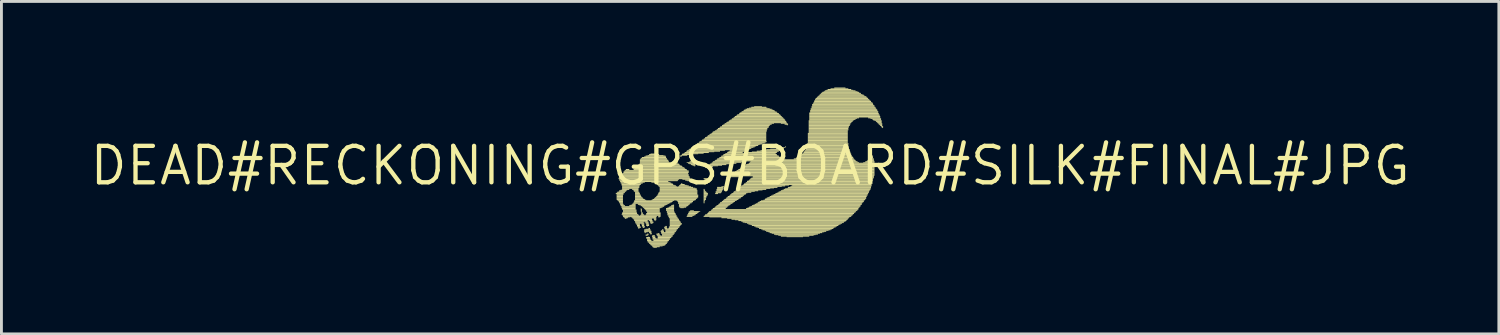
<source format=kicad_pcb>
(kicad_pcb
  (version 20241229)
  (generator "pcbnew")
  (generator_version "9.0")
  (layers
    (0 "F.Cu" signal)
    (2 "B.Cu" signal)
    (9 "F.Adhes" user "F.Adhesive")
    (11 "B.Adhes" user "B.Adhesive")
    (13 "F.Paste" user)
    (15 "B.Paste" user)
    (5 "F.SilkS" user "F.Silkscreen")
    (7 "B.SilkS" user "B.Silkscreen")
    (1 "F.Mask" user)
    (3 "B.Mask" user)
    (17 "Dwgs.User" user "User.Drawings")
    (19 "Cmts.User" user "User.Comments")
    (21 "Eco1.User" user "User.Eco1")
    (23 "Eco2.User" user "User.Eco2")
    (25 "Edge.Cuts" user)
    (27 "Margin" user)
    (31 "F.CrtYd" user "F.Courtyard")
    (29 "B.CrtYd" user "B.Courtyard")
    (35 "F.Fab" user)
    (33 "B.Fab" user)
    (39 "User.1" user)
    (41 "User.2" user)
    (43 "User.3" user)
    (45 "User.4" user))
  (footprint "DEAD#RECKONING#GPS#BOARD#SILK#FINAL#JPG"
    (layer "F.Cu")
    (at 23.079 2.72)
    (property "Reference" "DEAD#RECKONING#GPS#BOARD#SILK#FINAL#JPG" (at 0 0 0) (layer "F.SilkS") (effects (font (size 1.27 1.27) (thickness 0.15))))
    (attr through_hole)
    (fp_poly (pts (xy -4.68 0.99) (xy -4.41 0.99) (xy -4.41 0.96) (xy -4.68 0.96)) (stroke (width 0) (type solid)) (fill yes) (layer "F.SilkS"))
    (fp_poly (pts (xy -4.65 0.96) (xy -4.38 0.96) (xy -4.38 0.94) (xy -4.65 0.94)) (stroke (width 0) (type solid)) (fill yes) (layer "F.SilkS"))
    (fp_poly (pts (xy -4.65 1.01) (xy -4.41 1.01) (xy -4.41 0.99) (xy -4.65 0.99)) (stroke (width 0) (type solid)) (fill yes) (layer "F.SilkS"))
    (fp_poly (pts (xy -4.65 1.04) (xy -4.43 1.04) (xy -4.43 1.01) (xy -4.65 1.01)) (stroke (width 0) (type solid)) (fill yes) (layer "F.SilkS"))
    (fp_poly (pts (xy -4.65 1.06) (xy -4.43 1.06) (xy -4.43 1.04) (xy -4.65 1.04)) (stroke (width 0) (type solid)) (fill yes) (layer "F.SilkS"))
    (fp_poly (pts (xy -4.65 1.09) (xy -4.43 1.09) (xy -4.43 1.06) (xy -4.65 1.06)) (stroke (width 0) (type solid)) (fill yes) (layer "F.SilkS"))
    (fp_poly (pts (xy -4.65 1.11) (xy -4.43 1.11) (xy -4.43 1.09) (xy -4.65 1.09)) (stroke (width 0) (type solid)) (fill yes) (layer "F.SilkS"))
    (fp_poly (pts (xy -4.65 1.14) (xy -4.43 1.14) (xy -4.43 1.11) (xy -4.65 1.11)) (stroke (width 0) (type solid)) (fill yes) (layer "F.SilkS"))
    (fp_poly (pts (xy -4.65 1.16) (xy -4.43 1.16) (xy -4.43 1.14) (xy -4.65 1.14)) (stroke (width 0) (type solid)) (fill yes) (layer "F.SilkS"))
    (fp_poly (pts (xy -4.65 1.19) (xy -4.43 1.19) (xy -4.43 1.16) (xy -4.65 1.16)) (stroke (width 0) (type solid)) (fill yes) (layer "F.SilkS"))
    (fp_poly (pts (xy -4.63 0.94) (xy -4.36 0.94) (xy -4.36 0.91) (xy -4.63 0.91)) (stroke (width 0) (type solid)) (fill yes) (layer "F.SilkS"))
    (fp_poly (pts (xy -4.63 1.21) (xy -4.43 1.21) (xy -4.43 1.19) (xy -4.63 1.19)) (stroke (width 0) (type solid)) (fill yes) (layer "F.SilkS"))
    (fp_poly (pts (xy -4.6 1.23) (xy -4.43 1.23) (xy -4.43 1.21) (xy -4.6 1.21)) (stroke (width 0) (type solid)) (fill yes) (layer "F.SilkS"))
    (fp_poly (pts (xy -4.58 0.44) (xy -2.09 0.44) (xy -2.09 0.42) (xy -4.58 0.42)) (stroke (width 0) (type solid)) (fill yes) (layer "F.SilkS"))
    (fp_poly (pts (xy -4.58 0.47) (xy -2.09 0.47) (xy -2.09 0.44) (xy -4.58 0.44)) (stroke (width 0) (type solid)) (fill yes) (layer "F.SilkS"))
    (fp_poly (pts (xy -4.58 0.91) (xy -4.33 0.91) (xy -4.33 0.89) (xy -4.58 0.89)) (stroke (width 0) (type solid)) (fill yes) (layer "F.SilkS"))
    (fp_poly (pts (xy -4.58 1.26) (xy -4.43 1.26) (xy -4.43 1.23) (xy -4.58 1.23)) (stroke (width 0) (type solid)) (fill yes) (layer "F.SilkS"))
    (fp_poly (pts (xy -4.56 0.42) (xy -2.11 0.42) (xy -2.11 0.4) (xy -4.56 0.4)) (stroke (width 0) (type solid)) (fill yes) (layer "F.SilkS"))
    (fp_poly (pts (xy -4.56 0.49) (xy -2.48 0.49) (xy -2.48 0.47) (xy -4.56 0.47)) (stroke (width 0) (type solid)) (fill yes) (layer "F.SilkS"))
    (fp_poly (pts (xy -4.56 0.52) (xy -2.51 0.52) (xy -2.51 0.49) (xy -4.56 0.49)) (stroke (width 0) (type solid)) (fill yes) (layer "F.SilkS"))
    (fp_poly (pts (xy -4.56 0.89) (xy -4.31 0.89) (xy -4.31 0.86) (xy -4.56 0.86)) (stroke (width 0) (type solid)) (fill yes) (layer "F.SilkS"))
    (fp_poly (pts (xy -4.56 1.28) (xy -4.43 1.28) (xy -4.43 1.26) (xy -4.56 1.26)) (stroke (width 0) (type solid)) (fill yes) (layer "F.SilkS"))
    (fp_poly (pts (xy -4.56 1.31) (xy -4.43 1.31) (xy -4.43 1.28) (xy -4.56 1.28)) (stroke (width 0) (type solid)) (fill yes) (layer "F.SilkS"))
    (fp_poly (pts (xy -4.53 0.4) (xy -2.11 0.4) (xy -2.11 0.37) (xy -4.53 0.37)) (stroke (width 0) (type solid)) (fill yes) (layer "F.SilkS"))
    (fp_poly (pts (xy -4.53 0.54) (xy -2.53 0.54) (xy -2.53 0.52) (xy -4.53 0.52)) (stroke (width 0) (type solid)) (fill yes) (layer "F.SilkS"))
    (fp_poly (pts (xy -4.53 0.57) (xy -2.85 0.57) (xy -2.85 0.54) (xy -4.53 0.54)) (stroke (width 0) (type solid)) (fill yes) (layer "F.SilkS"))
    (fp_poly (pts (xy -4.53 1.33) (xy -4.43 1.33) (xy -4.43 1.31) (xy -4.53 1.31)) (stroke (width 0) (type solid)) (fill yes) (layer "F.SilkS"))
    (fp_poly (pts (xy -4.53 1.36) (xy -4.41 1.36) (xy -4.41 1.33) (xy -4.53 1.33)) (stroke (width 0) (type solid)) (fill yes) (layer "F.SilkS"))
    (fp_poly (pts (xy -4.51 0.37) (xy -2.14 0.37) (xy -2.14 0.35) (xy -4.51 0.35)) (stroke (width 0) (type solid)) (fill yes) (layer "F.SilkS"))
    (fp_poly (pts (xy -4.51 0.59) (xy -3.67 0.59) (xy -3.67 0.57) (xy -4.51 0.57)) (stroke (width 0) (type solid)) (fill yes) (layer "F.SilkS"))
    (fp_poly (pts (xy -4.51 0.62) (xy -3.74 0.62) (xy -3.74 0.59) (xy -4.51 0.59)) (stroke (width 0) (type solid)) (fill yes) (layer "F.SilkS"))
    (fp_poly (pts (xy -4.51 0.86) (xy -4.28 0.86) (xy -4.28 0.84) (xy -4.51 0.84)) (stroke (width 0) (type solid)) (fill yes) (layer "F.SilkS"))
    (fp_poly (pts (xy -4.51 1.38) (xy -4.41 1.38) (xy -4.41 1.36) (xy -4.51 1.36)) (stroke (width 0) (type solid)) (fill yes) (layer "F.SilkS"))
    (fp_poly (pts (xy -4.51 1.41) (xy -4.36 1.41) (xy -4.36 1.38) (xy -4.51 1.38)) (stroke (width 0) (type solid)) (fill yes) (layer "F.SilkS"))
    (fp_poly (pts (xy -4.48 0.32) (xy -2.14 0.32) (xy -2.14 0.3) (xy -4.48 0.3)) (stroke (width 0) (type solid)) (fill yes) (layer "F.SilkS"))
    (fp_poly (pts (xy -4.48 0.35) (xy -2.14 0.35) (xy -2.14 0.32) (xy -4.48 0.32)) (stroke (width 0) (type solid)) (fill yes) (layer "F.SilkS"))
    (fp_poly (pts (xy -4.48 0.64) (xy -3.79 0.64) (xy -3.79 0.62) (xy -4.48 0.62)) (stroke (width 0) (type solid)) (fill yes) (layer "F.SilkS"))
    (fp_poly (pts (xy -4.48 0.67) (xy -3.81 0.67) (xy -3.81 0.64) (xy -4.48 0.64)) (stroke (width 0) (type solid)) (fill yes) (layer "F.SilkS"))
    (fp_poly (pts (xy -4.48 0.69) (xy -3.84 0.69) (xy -3.84 0.67) (xy -4.48 0.67)) (stroke (width 0) (type solid)) (fill yes) (layer "F.SilkS"))
    (fp_poly (pts (xy -4.48 1.43) (xy -3.99 1.43) (xy -3.99 1.41) (xy -4.48 1.41)) (stroke (width 0) (type solid)) (fill yes) (layer "F.SilkS"))
    (fp_poly (pts (xy -4.48 1.46) (xy -3.99 1.46) (xy -3.99 1.43) (xy -4.48 1.43)) (stroke (width 0) (type solid)) (fill yes) (layer "F.SilkS"))
    (fp_poly (pts (xy -4.48 1.48) (xy -3.99 1.48) (xy -3.99 1.46) (xy -4.48 1.46)) (stroke (width 0) (type solid)) (fill yes) (layer "F.SilkS"))
    (fp_poly (pts (xy -4.48 1.7) (xy -3.91 1.7) (xy -3.91 1.68) (xy -4.48 1.68)) (stroke (width 0) (type solid)) (fill yes) (layer "F.SilkS"))
    (fp_poly (pts (xy -4.46 0.3) (xy -2.16 0.3) (xy -2.16 0.27) (xy -4.46 0.27)) (stroke (width 0) (type solid)) (fill yes) (layer "F.SilkS"))
    (fp_poly (pts (xy -4.46 0.72) (xy -3.86 0.72) (xy -3.86 0.69) (xy -4.46 0.69)) (stroke (width 0) (type solid)) (fill yes) (layer "F.SilkS"))
    (fp_poly (pts (xy -4.46 0.74) (xy -3.86 0.74) (xy -3.86 0.72) (xy -4.46 0.72)) (stroke (width 0) (type solid)) (fill yes) (layer "F.SilkS"))
    (fp_poly (pts (xy -4.46 0.77) (xy -3.86 0.77) (xy -3.86 0.74) (xy -4.46 0.74)) (stroke (width 0) (type solid)) (fill yes) (layer "F.SilkS"))
    (fp_poly (pts (xy -4.46 0.79) (xy -3.89 0.79) (xy -3.89 0.77) (xy -4.46 0.77)) (stroke (width 0) (type solid)) (fill yes) (layer "F.SilkS"))
    (fp_poly (pts (xy -4.46 0.81) (xy -3.89 0.81) (xy -3.89 0.79) (xy -4.46 0.79)) (stroke (width 0) (type solid)) (fill yes) (layer "F.SilkS"))
    (fp_poly (pts (xy -4.46 0.84) (xy -4.21 0.84) (xy -4.21 0.81) (xy -4.46 0.81)) (stroke (width 0) (type solid)) (fill yes) (layer "F.SilkS"))
    (fp_poly (pts (xy -4.46 1.51) (xy -3.99 1.51) (xy -3.99 1.48) (xy -4.46 1.48)) (stroke (width 0) (type solid)) (fill yes) (layer "F.SilkS"))
    (fp_poly (pts (xy -4.46 1.53) (xy -3.99 1.53) (xy -3.99 1.51) (xy -4.46 1.51)) (stroke (width 0) (type solid)) (fill yes) (layer "F.SilkS"))
    (fp_poly (pts (xy -4.46 1.65) (xy -3.94 1.65) (xy -3.94 1.63) (xy -4.46 1.63)) (stroke (width 0) (type solid)) (fill yes) (layer "F.SilkS"))
    (fp_poly (pts (xy -4.46 1.68) (xy -3.94 1.68) (xy -3.94 1.65) (xy -4.46 1.65)) (stroke (width 0) (type solid)) (fill yes) (layer "F.SilkS"))
    (fp_poly (pts (xy -4.46 1.73) (xy -3.89 1.73) (xy -3.89 1.7) (xy -4.46 1.7)) (stroke (width 0) (type solid)) (fill yes) (layer "F.SilkS"))
    (fp_poly (pts (xy -4.43 0.27) (xy -2.16 0.27) (xy -2.16 0.25) (xy -4.43 0.25)) (stroke (width 0) (type solid)) (fill yes) (layer "F.SilkS"))
    (fp_poly (pts (xy -4.43 1.56) (xy -3.96 1.56) (xy -3.96 1.53) (xy -4.43 1.53)) (stroke (width 0) (type solid)) (fill yes) (layer "F.SilkS"))
    (fp_poly (pts (xy -4.43 1.58) (xy -3.96 1.58) (xy -3.96 1.56) (xy -4.43 1.56)) (stroke (width 0) (type solid)) (fill yes) (layer "F.SilkS"))
    (fp_poly (pts (xy -4.43 1.6) (xy -3.96 1.6) (xy -3.96 1.58) (xy -4.43 1.58)) (stroke (width 0) (type solid)) (fill yes) (layer "F.SilkS"))
    (fp_poly (pts (xy -4.43 1.63) (xy -3.96 1.63) (xy -3.96 1.6) (xy -4.43 1.6)) (stroke (width 0) (type solid)) (fill yes) (layer "F.SilkS"))
    (fp_poly (pts (xy -4.43 1.75) (xy -3.86 1.75) (xy -3.86 1.73) (xy -4.43 1.73)) (stroke (width 0) (type solid)) (fill yes) (layer "F.SilkS"))
    (fp_poly (pts (xy -4.43 1.78) (xy -3.25 1.78) (xy -3.25 1.75) (xy -4.43 1.75)) (stroke (width 0) (type solid)) (fill yes) (layer "F.SilkS"))
    (fp_poly (pts (xy -4.41 0.22) (xy -2.14 0.22) (xy -2.14 0.2) (xy -4.41 0.2)) (stroke (width 0) (type solid)) (fill yes) (layer "F.SilkS"))
    (fp_poly (pts (xy -4.41 0.25) (xy -2.14 0.25) (xy -2.14 0.22) (xy -4.41 0.22)) (stroke (width 0) (type solid)) (fill yes) (layer "F.SilkS"))
    (fp_poly (pts (xy -4.41 1.8) (xy -4.19 1.8) (xy -4.19 1.78) (xy -4.41 1.78)) (stroke (width 0) (type solid)) (fill yes) (layer "F.SilkS"))
    (fp_poly (pts (xy -4.38 0.2) (xy -2.14 0.2) (xy -2.14 0.17) (xy -4.38 0.17)) (stroke (width 0) (type solid)) (fill yes) (layer "F.SilkS"))
    (fp_poly (pts (xy -4.38 1.83) (xy -4.26 1.83) (xy -4.26 1.8) (xy -4.38 1.8)) (stroke (width 0) (type solid)) (fill yes) (layer "F.SilkS"))
    (fp_poly (pts (xy -4.36 0.17) (xy -2.19 0.17) (xy -2.19 0.15) (xy -4.36 0.15)) (stroke (width 0) (type solid)) (fill yes) (layer "F.SilkS"))
    (fp_poly (pts (xy -4.36 1.85) (xy -4.31 1.85) (xy -4.31 1.83) (xy -4.36 1.83)) (stroke (width 0) (type solid)) (fill yes) (layer "F.SilkS"))
    (fp_poly (pts (xy -4.33 0.15) (xy -4.21 0.15) (xy -4.21 0.12) (xy -4.33 0.12)) (stroke (width 0) (type solid)) (fill yes) (layer "F.SilkS"))
    (fp_poly (pts (xy -4.21 1.41) (xy -3.99 1.41) (xy -3.99 1.38) (xy -4.21 1.38)) (stroke (width 0) (type solid)) (fill yes) (layer "F.SilkS"))
    (fp_poly (pts (xy -4.16 1.38) (xy -3.99 1.38) (xy -3.99 1.36) (xy -4.16 1.36)) (stroke (width 0) (type solid)) (fill yes) (layer "F.SilkS"))
    (fp_poly (pts (xy -4.16 1.8) (xy -3.27 1.8) (xy -3.27 1.78) (xy -4.16 1.78)) (stroke (width 0) (type solid)) (fill yes) (layer "F.SilkS"))
    (fp_poly (pts (xy -4.11 0.84) (xy -3.89 0.84) (xy -3.89 0.81) (xy -4.11 0.81)) (stroke (width 0) (type solid)) (fill yes) (layer "F.SilkS"))
    (fp_poly (pts (xy -4.11 1.36) (xy -3.99 1.36) (xy -3.99 1.33) (xy -4.11 1.33)) (stroke (width 0) (type solid)) (fill yes) (layer "F.SilkS"))
    (fp_poly (pts (xy -4.11 1.83) (xy -3.27 1.83) (xy -3.27 1.8) (xy -4.11 1.8)) (stroke (width 0) (type solid)) (fill yes) (layer "F.SilkS"))
    (fp_poly (pts (xy -4.09 1.33) (xy -2.83 1.33) (xy -2.83 1.31) (xy -4.09 1.31)) (stroke (width 0) (type solid)) (fill yes) (layer "F.SilkS"))
    (fp_poly (pts (xy -4.09 1.85) (xy -3.4 1.85) (xy -3.4 1.83) (xy -4.09 1.83)) (stroke (width 0) (type solid)) (fill yes) (layer "F.SilkS"))
    (fp_poly (pts (xy -4.06 0.15) (xy -2.21 0.15) (xy -2.21 0.12) (xy -4.06 0.12)) (stroke (width 0) (type solid)) (fill yes) (layer "F.SilkS"))
    (fp_poly (pts (xy -4.06 0.86) (xy -3.89 0.86) (xy -3.89 0.84) (xy -4.06 0.84)) (stroke (width 0) (type solid)) (fill yes) (layer "F.SilkS"))
    (fp_poly (pts (xy -4.06 0.89) (xy -3.89 0.89) (xy -3.89 0.86) (xy -4.06 0.86)) (stroke (width 0) (type solid)) (fill yes) (layer "F.SilkS"))
    (fp_poly (pts (xy -4.06 1.28) (xy -2.73 1.28) (xy -2.73 1.26) (xy -4.06 1.26)) (stroke (width 0) (type solid)) (fill yes) (layer "F.SilkS"))
    (fp_poly (pts (xy -4.06 1.31) (xy -2.78 1.31) (xy -2.78 1.28) (xy -4.06 1.28)) (stroke (width 0) (type solid)) (fill yes) (layer "F.SilkS"))
    (fp_poly (pts (xy -4.06 1.88) (xy -3.42 1.88) (xy -3.42 1.85) (xy -4.06 1.85)) (stroke (width 0) (type solid)) (fill yes) (layer "F.SilkS"))
    (fp_poly (pts (xy -4.04 0.12) (xy -2.26 0.12) (xy -2.26 0.1) (xy -4.04 0.1)) (stroke (width 0) (type solid)) (fill yes) (layer "F.SilkS"))
    (fp_poly (pts (xy -4.04 0.91) (xy -3.89 0.91) (xy -3.89 0.89) (xy -4.04 0.89)) (stroke (width 0) (type solid)) (fill yes) (layer "F.SilkS"))
    (fp_poly (pts (xy -4.04 1.23) (xy -2.65 1.23) (xy -2.65 1.21) (xy -4.04 1.21)) (stroke (width 0) (type solid)) (fill yes) (layer "F.SilkS"))
    (fp_poly (pts (xy -4.04 1.26) (xy -2.7 1.26) (xy -2.7 1.23) (xy -4.04 1.23)) (stroke (width 0) (type solid)) (fill yes) (layer "F.SilkS"))
    (fp_poly (pts (xy -4.04 1.9) (xy -3.42 1.9) (xy -3.42 1.88) (xy -4.04 1.88)) (stroke (width 0) (type solid)) (fill yes) (layer "F.SilkS"))
    (fp_poly (pts (xy -4.04 1.93) (xy -3.57 1.93) (xy -3.57 1.9) (xy -4.04 1.9)) (stroke (width 0) (type solid)) (fill yes) (layer "F.SilkS"))
    (fp_poly (pts (xy -4.01 0.1) (xy -2.28 0.1) (xy -2.28 0.07) (xy -4.01 0.07)) (stroke (width 0) (type solid)) (fill yes) (layer "F.SilkS"))
    (fp_poly (pts (xy -4.01 0.94) (xy -3.86 0.94) (xy -3.86 0.91) (xy -4.01 0.91)) (stroke (width 0) (type solid)) (fill yes) (layer "F.SilkS"))
    (fp_poly (pts (xy -4.01 0.96) (xy -3.86 0.96) (xy -3.86 0.94) (xy -4.01 0.94)) (stroke (width 0) (type solid)) (fill yes) (layer "F.SilkS"))
    (fp_poly (pts (xy -4.01 0.99) (xy -3.84 0.99) (xy -3.84 0.96) (xy -4.01 0.96)) (stroke (width 0) (type solid)) (fill yes) (layer "F.SilkS"))
    (fp_poly (pts (xy -4.01 1.01) (xy -3.84 1.01) (xy -3.84 0.99) (xy -4.01 0.99)) (stroke (width 0) (type solid)) (fill yes) (layer "F.SilkS"))
    (fp_poly (pts (xy -4.01 1.04) (xy -3.81 1.04) (xy -3.81 1.01) (xy -4.01 1.01)) (stroke (width 0) (type solid)) (fill yes) (layer "F.SilkS"))
    (fp_poly (pts (xy -4.01 1.06) (xy -3.81 1.06) (xy -3.81 1.04) (xy -4.01 1.04)) (stroke (width 0) (type solid)) (fill yes) (layer "F.SilkS"))
    (fp_poly (pts (xy -4.01 1.09) (xy -3.79 1.09) (xy -3.79 1.06) (xy -4.01 1.06)) (stroke (width 0) (type solid)) (fill yes) (layer "F.SilkS"))
    (fp_poly (pts (xy -4.01 1.11) (xy -3.77 1.11) (xy -3.77 1.09) (xy -4.01 1.09)) (stroke (width 0) (type solid)) (fill yes) (layer "F.SilkS"))
    (fp_poly (pts (xy -4.01 1.14) (xy -3.74 1.14) (xy -3.74 1.11) (xy -4.01 1.11)) (stroke (width 0) (type solid)) (fill yes) (layer "F.SilkS"))
    (fp_poly (pts (xy -4.01 1.16) (xy -3.72 1.16) (xy -3.72 1.14) (xy -4.01 1.14)) (stroke (width 0) (type solid)) (fill yes) (layer "F.SilkS"))
    (fp_poly (pts (xy -4.01 1.19) (xy -3.67 1.19) (xy -3.67 1.16) (xy -4.01 1.16)) (stroke (width 0) (type solid)) (fill yes) (layer "F.SilkS"))
    (fp_poly (pts (xy -4.01 1.21) (xy -3.62 1.21) (xy -3.62 1.19) (xy -4.01 1.19)) (stroke (width 0) (type solid)) (fill yes) (layer "F.SilkS"))
    (fp_poly (pts (xy -4.01 1.95) (xy -3.57 1.95) (xy -3.57 1.93) (xy -4.01 1.93)) (stroke (width 0) (type solid)) (fill yes) (layer "F.SilkS"))
    (fp_poly (pts (xy -4.01 1.98) (xy -3.69 1.98) (xy -3.69 1.95) (xy -4.01 1.95)) (stroke (width 0) (type solid)) (fill yes) (layer "F.SilkS"))
    (fp_poly (pts (xy -3.99 0.07) (xy -2.31 0.07) (xy -2.31 0.05) (xy -3.99 0.05)) (stroke (width 0) (type solid)) (fill yes) (layer "F.SilkS"))
    (fp_poly (pts (xy -3.99 2) (xy -3.72 2) (xy -3.72 1.98) (xy -3.99 1.98)) (stroke (width 0) (type solid)) (fill yes) (layer "F.SilkS"))
    (fp_poly (pts (xy -3.99 2.02) (xy -3.69 2.02) (xy -3.69 2) (xy -3.99 2)) (stroke (width 0) (type solid)) (fill yes) (layer "F.SilkS"))
    (fp_poly (pts (xy -3.96 0.05) (xy -2.36 0.05) (xy -2.36 0.02) (xy -3.96 0.02)) (stroke (width 0) (type solid)) (fill yes) (layer "F.SilkS"))
    (fp_poly (pts (xy -3.96 2.05) (xy -3.84 2.05) (xy -3.84 2.02) (xy -3.96 2.02)) (stroke (width 0) (type solid)) (fill yes) (layer "F.SilkS"))
    (fp_poly (pts (xy -3.96 2.07) (xy -3.84 2.07) (xy -3.84 2.05) (xy -3.96 2.05)) (stroke (width 0) (type solid)) (fill yes) (layer "F.SilkS"))
    (fp_poly (pts (xy -3.94 0.02) (xy -2.38 0.02) (xy -2.38 0) (xy -3.94 0)) (stroke (width 0) (type solid)) (fill yes) (layer "F.SilkS"))
    (fp_poly (pts (xy -3.94 2.1) (xy -3.84 2.1) (xy -3.84 2.07) (xy -3.94 2.07)) (stroke (width 0) (type solid)) (fill yes) (layer "F.SilkS"))
    (fp_poly (pts (xy -3.94 2.12) (xy -3.84 2.12) (xy -3.84 2.1) (xy -3.94 2.1)) (stroke (width 0) (type solid)) (fill yes) (layer "F.SilkS"))
    (fp_poly (pts (xy -3.91 0) (xy -2.43 0) (xy -2.43 -0.02) (xy -3.91 -0.02)) (stroke (width 0) (type solid)) (fill yes) (layer "F.SilkS"))
    (fp_poly (pts (xy -3.91 1.36) (xy -2.88 1.36) (xy -2.88 1.33) (xy -3.91 1.33)) (stroke (width 0) (type solid)) (fill yes) (layer "F.SilkS"))
    (fp_poly (pts (xy -3.91 2.15) (xy -3.81 2.15) (xy -3.81 2.12) (xy -3.91 2.12)) (stroke (width 0) (type solid)) (fill yes) (layer "F.SilkS"))
    (fp_poly (pts (xy -3.91 2.17) (xy -3.81 2.17) (xy -3.81 2.15) (xy -3.91 2.15)) (stroke (width 0) (type solid)) (fill yes) (layer "F.SilkS"))
    (fp_poly (pts (xy -3.89 -0.02) (xy -2.46 -0.02) (xy -2.46 -0.05) (xy -3.89 -0.05)) (stroke (width 0) (type solid)) (fill yes) (layer "F.SilkS"))
    (fp_poly (pts (xy -3.89 2.2) (xy -3.86 2.2) (xy -3.86 2.17) (xy -3.89 2.17)) (stroke (width 0) (type solid)) (fill yes) (layer "F.SilkS"))
    (fp_poly (pts (xy -3.86 -0.05) (xy -2.68 -0.05) (xy -2.68 -0.07) (xy -3.86 -0.07)) (stroke (width 0) (type solid)) (fill yes) (layer "F.SilkS"))
    (fp_poly (pts (xy -3.86 1.38) (xy -2.93 1.38) (xy -2.93 1.36) (xy -3.86 1.36)) (stroke (width 0) (type solid)) (fill yes) (layer "F.SilkS"))
    (fp_poly (pts (xy -3.84 -0.2) (xy -2.88 -0.2) (xy -2.88 -0.22) (xy -3.84 -0.22)) (stroke (width 0) (type solid)) (fill yes) (layer "F.SilkS"))
    (fp_poly (pts (xy -3.84 -0.17) (xy -2.85 -0.17) (xy -2.85 -0.2) (xy -3.84 -0.2)) (stroke (width 0) (type solid)) (fill yes) (layer "F.SilkS"))
    (fp_poly (pts (xy -3.84 -0.15) (xy -2.85 -0.15) (xy -2.85 -0.17) (xy -3.84 -0.17)) (stroke (width 0) (type solid)) (fill yes) (layer "F.SilkS"))
    (fp_poly (pts (xy -3.84 -0.12) (xy -2.83 -0.12) (xy -2.83 -0.15) (xy -3.84 -0.15)) (stroke (width 0) (type solid)) (fill yes) (layer "F.SilkS"))
    (fp_poly (pts (xy -3.84 -0.1) (xy -2.8 -0.1) (xy -2.8 -0.12) (xy -3.84 -0.12)) (stroke (width 0) (type solid)) (fill yes) (layer "F.SilkS"))
    (fp_poly (pts (xy -3.84 -0.07) (xy -2.75 -0.07) (xy -2.75 -0.1) (xy -3.84 -0.1)) (stroke (width 0) (type solid)) (fill yes) (layer "F.SilkS"))
    (fp_poly (pts (xy -3.84 1.75) (xy -3.12 1.75) (xy -3.12 1.73) (xy -3.84 1.73)) (stroke (width 0) (type solid)) (fill yes) (layer "F.SilkS"))
    (fp_poly (pts (xy -3.81 -0.25) (xy -2.9 -0.25) (xy -2.9 -0.27) (xy -3.81 -0.27)) (stroke (width 0) (type solid)) (fill yes) (layer "F.SilkS"))
    (fp_poly (pts (xy -3.81 -0.22) (xy -2.9 -0.22) (xy -2.9 -0.25) (xy -3.81 -0.25)) (stroke (width 0) (type solid)) (fill yes) (layer "F.SilkS"))
    (fp_poly (pts (xy -3.81 1.41) (xy -2.98 1.41) (xy -2.98 1.38) (xy -3.81 1.38)) (stroke (width 0) (type solid)) (fill yes) (layer "F.SilkS"))
    (fp_poly (pts (xy -3.81 1.51) (xy -3.79 1.51) (xy -3.79 1.48) (xy -3.81 1.48)) (stroke (width 0) (type solid)) (fill yes) (layer "F.SilkS"))
    (fp_poly (pts (xy -3.81 1.53) (xy -3.77 1.53) (xy -3.77 1.51) (xy -3.81 1.51)) (stroke (width 0) (type solid)) (fill yes) (layer "F.SilkS"))
    (fp_poly (pts (xy -3.81 1.56) (xy -3.77 1.56) (xy -3.77 1.53) (xy -3.81 1.53)) (stroke (width 0) (type solid)) (fill yes) (layer "F.SilkS"))
    (fp_poly (pts (xy -3.81 1.58) (xy -3.77 1.58) (xy -3.77 1.56) (xy -3.81 1.56)) (stroke (width 0) (type solid)) (fill yes) (layer "F.SilkS"))
    (fp_poly (pts (xy -3.81 1.6) (xy -3.77 1.6) (xy -3.77 1.58) (xy -3.81 1.58)) (stroke (width 0) (type solid)) (fill yes) (layer "F.SilkS"))
    (fp_poly (pts (xy -3.81 1.73) (xy -3.69 1.73) (xy -3.69 1.7) (xy -3.81 1.7)) (stroke (width 0) (type solid)) (fill yes) (layer "F.SilkS"))
    (fp_poly (pts (xy -3.79 1.63) (xy -3.77 1.63) (xy -3.77 1.6) (xy -3.79 1.6)) (stroke (width 0) (type solid)) (fill yes) (layer "F.SilkS"))
    (fp_poly (pts (xy -3.79 1.65) (xy -3.74 1.65) (xy -3.74 1.63) (xy -3.79 1.63)) (stroke (width 0) (type solid)) (fill yes) (layer "F.SilkS"))
    (fp_poly (pts (xy -3.79 1.68) (xy -3.74 1.68) (xy -3.74 1.65) (xy -3.79 1.65)) (stroke (width 0) (type solid)) (fill yes) (layer "F.SilkS"))
    (fp_poly (pts (xy -3.79 1.7) (xy -3.72 1.7) (xy -3.72 1.68) (xy -3.79 1.68)) (stroke (width 0) (type solid)) (fill yes) (layer "F.SilkS"))
    (fp_poly (pts (xy -3.79 2.05) (xy -3.69 2.05) (xy -3.69 2.02) (xy -3.79 2.02)) (stroke (width 0) (type solid)) (fill yes) (layer "F.SilkS"))
    (fp_poly (pts (xy -3.77 -0.27) (xy -2.93 -0.27) (xy -2.93 -0.3) (xy -3.77 -0.3)) (stroke (width 0) (type solid)) (fill yes) (layer "F.SilkS"))
    (fp_poly (pts (xy -3.77 1.43) (xy -3 1.43) (xy -3 1.41) (xy -3.77 1.41)) (stroke (width 0) (type solid)) (fill yes) (layer "F.SilkS"))
    (fp_poly (pts (xy -3.77 2.07) (xy -3.69 2.07) (xy -3.69 2.05) (xy -3.77 2.05)) (stroke (width 0) (type solid)) (fill yes) (layer "F.SilkS"))
    (fp_poly (pts (xy -3.77 2.1) (xy -3.69 2.1) (xy -3.69 2.07) (xy -3.77 2.07)) (stroke (width 0) (type solid)) (fill yes) (layer "F.SilkS"))
    (fp_poly (pts (xy -3.77 2.12) (xy -3.67 2.12) (xy -3.67 2.1) (xy -3.77 2.1)) (stroke (width 0) (type solid)) (fill yes) (layer "F.SilkS"))
    (fp_poly (pts (xy -3.74 1.46) (xy -3.05 1.46) (xy -3.05 1.43) (xy -3.74 1.43)) (stroke (width 0) (type solid)) (fill yes) (layer "F.SilkS"))
    (fp_poly (pts (xy -3.74 2.15) (xy -3.67 2.15) (xy -3.67 2.12) (xy -3.74 2.12)) (stroke (width 0) (type solid)) (fill yes) (layer "F.SilkS"))
    (fp_poly (pts (xy -3.74 2.17) (xy -3.69 2.17) (xy -3.69 2.15) (xy -3.74 2.15)) (stroke (width 0) (type solid)) (fill yes) (layer "F.SilkS"))
    (fp_poly (pts (xy -3.72 1.48) (xy -3.1 1.48) (xy -3.1 1.46) (xy -3.72 1.46)) (stroke (width 0) (type solid)) (fill yes) (layer "F.SilkS"))
    (fp_poly (pts (xy -3.69 -0.3) (xy -2.93 -0.3) (xy -2.93 -0.32) (xy -3.69 -0.32)) (stroke (width 0) (type solid)) (fill yes) (layer "F.SilkS"))
    (fp_poly (pts (xy -3.69 1.51) (xy -3.15 1.51) (xy -3.15 1.48) (xy -3.69 1.48)) (stroke (width 0) (type solid)) (fill yes) (layer "F.SilkS"))
    (fp_poly (pts (xy -3.69 2.25) (xy -3.47 2.25) (xy -3.47 2.22) (xy -3.69 2.22)) (stroke (width 0) (type solid)) (fill yes) (layer "F.SilkS"))
    (fp_poly (pts (xy -3.69 2.27) (xy -3.47 2.27) (xy -3.47 2.25) (xy -3.69 2.25)) (stroke (width 0) (type solid)) (fill yes) (layer "F.SilkS"))
    (fp_poly (pts (xy -3.69 2.3) (xy -3.44 2.3) (xy -3.44 2.27) (xy -3.69 2.27)) (stroke (width 0) (type solid)) (fill yes) (layer "F.SilkS"))
    (fp_poly (pts (xy -3.69 2.32) (xy -3.57 2.32) (xy -3.57 2.3) (xy -3.69 2.3)) (stroke (width 0) (type solid)) (fill yes) (layer "F.SilkS"))
    (fp_poly (pts (xy -3.67 1.53) (xy -3.15 1.53) (xy -3.15 1.51) (xy -3.67 1.51)) (stroke (width 0) (type solid)) (fill yes) (layer "F.SilkS"))
    (fp_poly (pts (xy -3.67 1.98) (xy -3.54 1.98) (xy -3.54 1.95) (xy -3.67 1.95)) (stroke (width 0) (type solid)) (fill yes) (layer "F.SilkS"))
    (fp_poly (pts (xy -3.67 2.35) (xy -3.64 2.35) (xy -3.64 2.32) (xy -3.67 2.32)) (stroke (width 0) (type solid)) (fill yes) (layer "F.SilkS"))
    (fp_poly (pts (xy -3.64 -0.32) (xy -2.95 -0.32) (xy -2.95 -0.35) (xy -3.64 -0.35)) (stroke (width 0) (type solid)) (fill yes) (layer "F.SilkS"))
    (fp_poly (pts (xy -3.64 1.56) (xy -3.15 1.56) (xy -3.15 1.53) (xy -3.64 1.53)) (stroke (width 0) (type solid)) (fill yes) (layer "F.SilkS"))
    (fp_poly (pts (xy -3.64 1.73) (xy -3.12 1.73) (xy -3.12 1.7) (xy -3.64 1.7)) (stroke (width 0) (type solid)) (fill yes) (layer "F.SilkS"))
    (fp_poly (pts (xy -3.64 2) (xy -3.54 2) (xy -3.54 1.98) (xy -3.64 1.98)) (stroke (width 0) (type solid)) (fill yes) (layer "F.SilkS"))
    (fp_poly (pts (xy -3.64 2.02) (xy -3.54 2.02) (xy -3.54 2) (xy -3.64 2)) (stroke (width 0) (type solid)) (fill yes) (layer "F.SilkS"))
    (fp_poly (pts (xy -3.64 2.22) (xy -3.49 2.22) (xy -3.49 2.2) (xy -3.64 2.2)) (stroke (width 0) (type solid)) (fill yes) (layer "F.SilkS"))
    (fp_poly (pts (xy -3.64 2.42) (xy -3.54 2.42) (xy -3.54 2.4) (xy -3.64 2.4)) (stroke (width 0) (type solid)) (fill yes) (layer "F.SilkS"))
    (fp_poly (pts (xy -3.64 2.44) (xy -3.57 2.44) (xy -3.57 2.42) (xy -3.64 2.42)) (stroke (width 0) (type solid)) (fill yes) (layer "F.SilkS"))
    (fp_poly (pts (xy -3.62 1.58) (xy -3.15 1.58) (xy -3.15 1.56) (xy -3.62 1.56)) (stroke (width 0) (type solid)) (fill yes) (layer "F.SilkS"))
    (fp_poly (pts (xy -3.62 1.6) (xy -3.15 1.6) (xy -3.15 1.58) (xy -3.62 1.58)) (stroke (width 0) (type solid)) (fill yes) (layer "F.SilkS"))
    (fp_poly (pts (xy -3.62 1.68) (xy -3.12 1.68) (xy -3.12 1.65) (xy -3.62 1.65)) (stroke (width 0) (type solid)) (fill yes) (layer "F.SilkS"))
    (fp_poly (pts (xy -3.62 1.7) (xy -3.12 1.7) (xy -3.12 1.68) (xy -3.62 1.68)) (stroke (width 0) (type solid)) (fill yes) (layer "F.SilkS"))
    (fp_poly (pts (xy -3.62 2.05) (xy -3.52 2.05) (xy -3.52 2.02) (xy -3.62 2.02)) (stroke (width 0) (type solid)) (fill yes) (layer "F.SilkS"))
    (fp_poly (pts (xy -3.62 2.07) (xy -3.52 2.07) (xy -3.52 2.05) (xy -3.62 2.05)) (stroke (width 0) (type solid)) (fill yes) (layer "F.SilkS"))
    (fp_poly (pts (xy -3.62 2.1) (xy -3.52 2.1) (xy -3.52 2.07) (xy -3.62 2.07)) (stroke (width 0) (type solid)) (fill yes) (layer "F.SilkS"))
    (fp_poly (pts (xy -3.62 2.52) (xy -3.49 2.52) (xy -3.49 2.49) (xy -3.62 2.49)) (stroke (width 0) (type solid)) (fill yes) (layer "F.SilkS"))
    (fp_poly (pts (xy -3.62 2.54) (xy -3.49 2.54) (xy -3.49 2.52) (xy -3.62 2.52)) (stroke (width 0) (type solid)) (fill yes) (layer "F.SilkS"))
    (fp_poly (pts (xy -3.59 1.63) (xy -3.15 1.63) (xy -3.15 1.6) (xy -3.59 1.6)) (stroke (width 0) (type solid)) (fill yes) (layer "F.SilkS"))
    (fp_poly (pts (xy -3.59 1.65) (xy -3.12 1.65) (xy -3.12 1.63) (xy -3.59 1.63)) (stroke (width 0) (type solid)) (fill yes) (layer "F.SilkS"))
    (fp_poly (pts (xy -3.59 2.12) (xy -3.57 2.12) (xy -3.57 2.1) (xy -3.59 2.1)) (stroke (width 0) (type solid)) (fill yes) (layer "F.SilkS"))
    (fp_poly (pts (xy -3.59 2.4) (xy -3.54 2.4) (xy -3.54 2.37) (xy -3.59 2.37)) (stroke (width 0) (type solid)) (fill yes) (layer "F.SilkS"))
    (fp_poly (pts (xy -3.59 2.57) (xy -3.47 2.57) (xy -3.47 2.54) (xy -3.59 2.54)) (stroke (width 0) (type solid)) (fill yes) (layer "F.SilkS"))
    (fp_poly (pts (xy -3.59 2.59) (xy -3.47 2.59) (xy -3.47 2.57) (xy -3.59 2.57)) (stroke (width 0) (type solid)) (fill yes) (layer "F.SilkS"))
    (fp_poly (pts (xy -3.59 2.62) (xy -3.44 2.62) (xy -3.44 2.59) (xy -3.59 2.59)) (stroke (width 0) (type solid)) (fill yes) (layer "F.SilkS"))
    (fp_poly (pts (xy -3.57 -0.35) (xy -3.02 -0.35) (xy -3.02 -0.37) (xy -3.57 -0.37)) (stroke (width 0) (type solid)) (fill yes) (layer "F.SilkS"))
    (fp_poly (pts (xy -3.57 2.64) (xy -2.85 2.64) (xy -2.85 2.62) (xy -3.57 2.62)) (stroke (width 0) (type solid)) (fill yes) (layer "F.SilkS"))
    (fp_poly (pts (xy -3.57 2.67) (xy -2.88 2.67) (xy -2.88 2.64) (xy -3.57 2.64)) (stroke (width 0) (type solid)) (fill yes) (layer "F.SilkS"))
    (fp_poly (pts (xy -3.54 2.2) (xy -3.49 2.2) (xy -3.49 2.17) (xy -3.54 2.17)) (stroke (width 0) (type solid)) (fill yes) (layer "F.SilkS"))
    (fp_poly (pts (xy -3.54 2.49) (xy -3.52 2.49) (xy -3.52 2.47) (xy -3.54 2.47)) (stroke (width 0) (type solid)) (fill yes) (layer "F.SilkS"))
    (fp_poly (pts (xy -3.54 2.69) (xy -2.88 2.69) (xy -2.88 2.67) (xy -3.54 2.67)) (stroke (width 0) (type solid)) (fill yes) (layer "F.SilkS"))
    (fp_poly (pts (xy -3.52 -0.37) (xy -3.17 -0.37) (xy -3.17 -0.4) (xy -3.52 -0.4)) (stroke (width 0) (type solid)) (fill yes) (layer "F.SilkS"))
    (fp_poly (pts (xy -3.52 1.93) (xy -3.4 1.93) (xy -3.4 1.9) (xy -3.52 1.9)) (stroke (width 0) (type solid)) (fill yes) (layer "F.SilkS"))
    (fp_poly (pts (xy -3.52 2.32) (xy -3.44 2.32) (xy -3.44 2.3) (xy -3.52 2.3)) (stroke (width 0) (type solid)) (fill yes) (layer "F.SilkS"))
    (fp_poly (pts (xy -3.52 2.35) (xy -3.44 2.35) (xy -3.44 2.32) (xy -3.52 2.32)) (stroke (width 0) (type solid)) (fill yes) (layer "F.SilkS"))
    (fp_poly (pts (xy -3.52 2.72) (xy -2.9 2.72) (xy -2.9 2.69) (xy -3.52 2.69)) (stroke (width 0) (type solid)) (fill yes) (layer "F.SilkS"))
    (fp_poly (pts (xy -3.49 1.95) (xy -3.4 1.95) (xy -3.4 1.93) (xy -3.49 1.93)) (stroke (width 0) (type solid)) (fill yes) (layer "F.SilkS"))
    (fp_poly (pts (xy -3.49 1.98) (xy -3.37 1.98) (xy -3.37 1.95) (xy -3.49 1.95)) (stroke (width 0) (type solid)) (fill yes) (layer "F.SilkS"))
    (fp_poly (pts (xy -3.49 2.37) (xy -3.42 2.37) (xy -3.42 2.35) (xy -3.49 2.35)) (stroke (width 0) (type solid)) (fill yes) (layer "F.SilkS"))
    (fp_poly (pts (xy -3.49 2.74) (xy -2.93 2.74) (xy -2.93 2.72) (xy -3.49 2.72)) (stroke (width 0) (type solid)) (fill yes) (layer "F.SilkS"))
    (fp_poly (pts (xy -3.47 -0.4) (xy -3.3 -0.4) (xy -3.3 -0.42) (xy -3.47 -0.42)) (stroke (width 0) (type solid)) (fill yes) (layer "F.SilkS"))
    (fp_poly (pts (xy -3.47 2) (xy -3.37 2) (xy -3.37 1.98) (xy -3.47 1.98)) (stroke (width 0) (type solid)) (fill yes) (layer "F.SilkS"))
    (fp_poly (pts (xy -3.47 2.02) (xy -3.4 2.02) (xy -3.4 2) (xy -3.47 2)) (stroke (width 0) (type solid)) (fill yes) (layer "F.SilkS"))
    (fp_poly (pts (xy -3.47 2.4) (xy -3.44 2.4) (xy -3.44 2.37) (xy -3.47 2.37)) (stroke (width 0) (type solid)) (fill yes) (layer "F.SilkS"))
    (fp_poly (pts (xy -3.47 2.77) (xy -2.95 2.77) (xy -2.95 2.74) (xy -3.47 2.74)) (stroke (width 0) (type solid)) (fill yes) (layer "F.SilkS"))
    (fp_poly (pts (xy -3.44 0.59) (xy -2.8 0.59) (xy -2.8 0.57) (xy -3.44 0.57)) (stroke (width 0) (type solid)) (fill yes) (layer "F.SilkS"))
    (fp_poly (pts (xy -3.44 1.21) (xy -1.91 1.21) (xy -1.91 1.19) (xy -3.44 1.19)) (stroke (width 0) (type solid)) (fill yes) (layer "F.SilkS"))
    (fp_poly (pts (xy -3.44 2.79) (xy -2.98 2.79) (xy -2.98 2.77) (xy -3.44 2.77)) (stroke (width 0) (type solid)) (fill yes) (layer "F.SilkS"))
    (fp_poly (pts (xy -3.42 2.47) (xy -3.32 2.47) (xy -3.32 2.44) (xy -3.42 2.44)) (stroke (width 0) (type solid)) (fill yes) (layer "F.SilkS"))
    (fp_poly (pts (xy -3.42 2.49) (xy -3.3 2.49) (xy -3.3 2.47) (xy -3.42 2.47)) (stroke (width 0) (type solid)) (fill yes) (layer "F.SilkS"))
    (fp_poly (pts (xy -3.42 2.81) (xy -3.05 2.81) (xy -3.05 2.79) (xy -3.42 2.79)) (stroke (width 0) (type solid)) (fill yes) (layer "F.SilkS"))
    (fp_poly (pts (xy -3.4 1.19) (xy -1.89 1.19) (xy -1.89 1.16) (xy -3.4 1.16)) (stroke (width 0) (type solid)) (fill yes) (layer "F.SilkS"))
    (fp_poly (pts (xy -3.4 2.44) (xy -3.32 2.44) (xy -3.32 2.42) (xy -3.4 2.42)) (stroke (width 0) (type solid)) (fill yes) (layer "F.SilkS"))
    (fp_poly (pts (xy -3.4 2.52) (xy -3.3 2.52) (xy -3.3 2.49) (xy -3.4 2.49)) (stroke (width 0) (type solid)) (fill yes) (layer "F.SilkS"))
    (fp_poly (pts (xy -3.4 2.54) (xy -3.27 2.54) (xy -3.27 2.52) (xy -3.4 2.52)) (stroke (width 0) (type solid)) (fill yes) (layer "F.SilkS"))
    (fp_poly (pts (xy -3.4 2.57) (xy -2.8 2.57) (xy -2.8 2.54) (xy -3.4 2.54)) (stroke (width 0) (type solid)) (fill yes) (layer "F.SilkS"))
    (fp_poly (pts (xy -3.4 2.84) (xy -3.15 2.84) (xy -3.15 2.81) (xy -3.4 2.81)) (stroke (width 0) (type solid)) (fill yes) (layer "F.SilkS"))
    (fp_poly (pts (xy -3.37 1.85) (xy -3.27 1.85) (xy -3.27 1.83) (xy -3.37 1.83)) (stroke (width 0) (type solid)) (fill yes) (layer "F.SilkS"))
    (fp_poly (pts (xy -3.37 2.59) (xy -2.8 2.59) (xy -2.8 2.57) (xy -3.37 2.57)) (stroke (width 0) (type solid)) (fill yes) (layer "F.SilkS"))
    (fp_poly (pts (xy -3.37 2.62) (xy -2.83 2.62) (xy -2.83 2.59) (xy -3.37 2.59)) (stroke (width 0) (type solid)) (fill yes) (layer "F.SilkS"))
    (fp_poly (pts (xy -3.37 2.86) (xy -3.25 2.86) (xy -3.25 2.84) (xy -3.37 2.84)) (stroke (width 0) (type solid)) (fill yes) (layer "F.SilkS"))
    (fp_poly (pts (xy -3.35 1.16) (xy -1.86 1.16) (xy -1.86 1.14) (xy -3.35 1.14)) (stroke (width 0) (type solid)) (fill yes) (layer "F.SilkS"))
    (fp_poly (pts (xy -3.35 1.88) (xy -3.27 1.88) (xy -3.27 1.85) (xy -3.35 1.85)) (stroke (width 0) (type solid)) (fill yes) (layer "F.SilkS"))
    (fp_poly (pts (xy -3.35 1.9) (xy -3.27 1.9) (xy -3.27 1.88) (xy -3.35 1.88)) (stroke (width 0) (type solid)) (fill yes) (layer "F.SilkS"))
    (fp_poly (pts (xy -3.32 0.62) (xy -2.75 0.62) (xy -2.75 0.59) (xy -3.32 0.59)) (stroke (width 0) (type solid)) (fill yes) (layer "F.SilkS"))
    (fp_poly (pts (xy -3.32 1.14) (xy -1.84 1.14) (xy -1.84 1.11) (xy -3.32 1.11)) (stroke (width 0) (type solid)) (fill yes) (layer "F.SilkS"))
    (fp_poly (pts (xy -3.32 1.93) (xy -3.3 1.93) (xy -3.3 1.9) (xy -3.32 1.9)) (stroke (width 0) (type solid)) (fill yes) (layer "F.SilkS"))
    (fp_poly (pts (xy -3.3 1.11) (xy -1.81 1.11) (xy -1.81 1.09) (xy -3.3 1.09)) (stroke (width 0) (type solid)) (fill yes) (layer "F.SilkS"))
    (fp_poly (pts (xy -3.27 0.64) (xy -2.7 0.64) (xy -2.7 0.62) (xy -3.27 0.62)) (stroke (width 0) (type solid)) (fill yes) (layer "F.SilkS"))
    (fp_poly (pts (xy -3.27 1.09) (xy -1.81 1.09) (xy -1.81 1.06) (xy -3.27 1.06)) (stroke (width 0) (type solid)) (fill yes) (layer "F.SilkS"))
    (fp_poly (pts (xy -3.27 2.4) (xy -3.15 2.4) (xy -3.15 2.37) (xy -3.27 2.37)) (stroke (width 0) (type solid)) (fill yes) (layer "F.SilkS"))
    (fp_poly (pts (xy -3.25 0.67) (xy -2.68 0.67) (xy -2.68 0.64) (xy -3.25 0.64)) (stroke (width 0) (type solid)) (fill yes) (layer "F.SilkS"))
    (fp_poly (pts (xy -3.25 1.06) (xy -1.81 1.06) (xy -1.81 1.04) (xy -3.25 1.04)) (stroke (width 0) (type solid)) (fill yes) (layer "F.SilkS"))
    (fp_poly (pts (xy -3.25 2.42) (xy -3.15 2.42) (xy -3.15 2.4) (xy -3.25 2.4)) (stroke (width 0) (type solid)) (fill yes) (layer "F.SilkS"))
    (fp_poly (pts (xy -3.25 2.44) (xy -3.12 2.44) (xy -3.12 2.42) (xy -3.25 2.42)) (stroke (width 0) (type solid)) (fill yes) (layer "F.SilkS"))
    (fp_poly (pts (xy -3.22 0.69) (xy -2.63 0.69) (xy -2.63 0.67) (xy -3.22 0.67)) (stroke (width 0) (type solid)) (fill yes) (layer "F.SilkS"))
    (fp_poly (pts (xy -3.22 1.01) (xy -1.84 1.01) (xy -1.84 0.99) (xy -3.22 0.99)) (stroke (width 0) (type solid)) (fill yes) (layer "F.SilkS"))
    (fp_poly (pts (xy -3.22 1.04) (xy -1.81 1.04) (xy -1.81 1.01) (xy -3.22 1.01)) (stroke (width 0) (type solid)) (fill yes) (layer "F.SilkS"))
    (fp_poly (pts (xy -3.22 2.37) (xy -3.17 2.37) (xy -3.17 2.35) (xy -3.22 2.35)) (stroke (width 0) (type solid)) (fill yes) (layer "F.SilkS"))
    (fp_poly (pts (xy -3.22 2.47) (xy -2.7 2.47) (xy -2.7 2.44) (xy -3.22 2.44)) (stroke (width 0) (type solid)) (fill yes) (layer "F.SilkS"))
    (fp_poly (pts (xy -3.22 2.49) (xy -2.73 2.49) (xy -2.73 2.47) (xy -3.22 2.47)) (stroke (width 0) (type solid)) (fill yes) (layer "F.SilkS"))
    (fp_poly (pts (xy -3.22 2.52) (xy -2.75 2.52) (xy -2.75 2.49) (xy -3.22 2.49)) (stroke (width 0) (type solid)) (fill yes) (layer "F.SilkS"))
    (fp_poly (pts (xy -3.22 2.54) (xy -2.78 2.54) (xy -2.78 2.52) (xy -3.22 2.52)) (stroke (width 0) (type solid)) (fill yes) (layer "F.SilkS"))
    (fp_poly (pts (xy -3.2 0.72) (xy -2.58 0.72) (xy -2.58 0.69) (xy -3.2 0.69)) (stroke (width 0) (type solid)) (fill yes) (layer "F.SilkS"))
    (fp_poly (pts (xy -3.2 0.96) (xy -1.84 0.96) (xy -1.84 0.94) (xy -3.2 0.94)) (stroke (width 0) (type solid)) (fill yes) (layer "F.SilkS"))
    (fp_poly (pts (xy -3.2 0.99) (xy -1.84 0.99) (xy -1.84 0.96) (xy -3.2 0.96)) (stroke (width 0) (type solid)) (fill yes) (layer "F.SilkS"))
    (fp_poly (pts (xy -3.2 1.78) (xy -3.12 1.78) (xy -3.12 1.75) (xy -3.2 1.75)) (stroke (width 0) (type solid)) (fill yes) (layer "F.SilkS"))
    (fp_poly (pts (xy -3.2 1.8) (xy -3.15 1.8) (xy -3.15 1.78) (xy -3.2 1.78)) (stroke (width 0) (type solid)) (fill yes) (layer "F.SilkS"))
    (fp_poly (pts (xy -3.17 0.74) (xy -2.53 0.74) (xy -2.53 0.72) (xy -3.17 0.72)) (stroke (width 0) (type solid)) (fill yes) (layer "F.SilkS"))
    (fp_poly (pts (xy -3.17 0.94) (xy -1.84 0.94) (xy -1.84 0.91) (xy -3.17 0.91)) (stroke (width 0) (type solid)) (fill yes) (layer "F.SilkS"))
    (fp_poly (pts (xy -3.15 0.77) (xy -1.99 0.77) (xy -1.99 0.74) (xy -3.15 0.74)) (stroke (width 0) (type solid)) (fill yes) (layer "F.SilkS"))
    (fp_poly (pts (xy -3.15 0.79) (xy -1.91 0.79) (xy -1.91 0.77) (xy -3.15 0.77)) (stroke (width 0) (type solid)) (fill yes) (layer "F.SilkS"))
    (fp_poly (pts (xy -3.15 0.81) (xy -1.86 0.81) (xy -1.86 0.79) (xy -3.15 0.79)) (stroke (width 0) (type solid)) (fill yes) (layer "F.SilkS"))
    (fp_poly (pts (xy -3.15 0.84) (xy -1.86 0.84) (xy -1.86 0.81) (xy -3.15 0.81)) (stroke (width 0) (type solid)) (fill yes) (layer "F.SilkS"))
    (fp_poly (pts (xy -3.15 0.86) (xy -1.84 0.86) (xy -1.84 0.84) (xy -3.15 0.84)) (stroke (width 0) (type solid)) (fill yes) (layer "F.SilkS"))
    (fp_poly (pts (xy -3.15 0.89) (xy -1.84 0.89) (xy -1.84 0.86) (xy -3.15 0.86)) (stroke (width 0) (type solid)) (fill yes) (layer "F.SilkS"))
    (fp_poly (pts (xy -3.15 0.91) (xy -1.84 0.91) (xy -1.84 0.89) (xy -3.15 0.89)) (stroke (width 0) (type solid)) (fill yes) (layer "F.SilkS"))
    (fp_poly (pts (xy -3.12 2.3) (xy -3 2.3) (xy -3 2.27) (xy -3.12 2.27)) (stroke (width 0) (type solid)) (fill yes) (layer "F.SilkS"))
    (fp_poly (pts (xy -3.1 2.27) (xy -3.02 2.27) (xy -3.02 2.25) (xy -3.1 2.25)) (stroke (width 0) (type solid)) (fill yes) (layer "F.SilkS"))
    (fp_poly (pts (xy -3.1 2.32) (xy -3 2.32) (xy -3 2.3) (xy -3.1 2.3)) (stroke (width 0) (type solid)) (fill yes) (layer "F.SilkS"))
    (fp_poly (pts (xy -3.1 2.35) (xy -2.63 2.35) (xy -2.63 2.32) (xy -3.1 2.32)) (stroke (width 0) (type solid)) (fill yes) (layer "F.SilkS"))
    (fp_poly (pts (xy -3.1 2.37) (xy -2.63 2.37) (xy -2.63 2.35) (xy -3.1 2.35)) (stroke (width 0) (type solid)) (fill yes) (layer "F.SilkS"))
    (fp_poly (pts (xy -3.07 2.25) (xy -3.02 2.25) (xy -3.02 2.22) (xy -3.07 2.22)) (stroke (width 0) (type solid)) (fill yes) (layer "F.SilkS"))
    (fp_poly (pts (xy -3.07 2.4) (xy -2.65 2.4) (xy -2.65 2.37) (xy -3.07 2.37)) (stroke (width 0) (type solid)) (fill yes) (layer "F.SilkS"))
    (fp_poly (pts (xy -3.07 2.42) (xy -2.68 2.42) (xy -2.68 2.4) (xy -3.07 2.4)) (stroke (width 0) (type solid)) (fill yes) (layer "F.SilkS"))
    (fp_poly (pts (xy -3.07 2.44) (xy -2.7 2.44) (xy -2.7 2.42) (xy -3.07 2.42)) (stroke (width 0) (type solid)) (fill yes) (layer "F.SilkS"))
    (fp_poly (pts (xy -3 2.17) (xy -2.9 2.17) (xy -2.9 2.15) (xy -3 2.15)) (stroke (width 0) (type solid)) (fill yes) (layer "F.SilkS"))
    (fp_poly (pts (xy -2.98 2.15) (xy -2.9 2.15) (xy -2.9 2.12) (xy -2.98 2.12)) (stroke (width 0) (type solid)) (fill yes) (layer "F.SilkS"))
    (fp_poly (pts (xy -2.98 2.2) (xy -2.88 2.2) (xy -2.88 2.17) (xy -2.98 2.17)) (stroke (width 0) (type solid)) (fill yes) (layer "F.SilkS"))
    (fp_poly (pts (xy -2.98 2.22) (xy -2.53 2.22) (xy -2.53 2.2) (xy -2.98 2.2)) (stroke (width 0) (type solid)) (fill yes) (layer "F.SilkS"))
    (fp_poly (pts (xy -2.95 2.12) (xy -2.9 2.12) (xy -2.9 2.1) (xy -2.95 2.1)) (stroke (width 0) (type solid)) (fill yes) (layer "F.SilkS"))
    (fp_poly (pts (xy -2.95 2.25) (xy -2.56 2.25) (xy -2.56 2.22) (xy -2.95 2.22)) (stroke (width 0) (type solid)) (fill yes) (layer "F.SilkS"))
    (fp_poly (pts (xy -2.95 2.27) (xy -2.56 2.27) (xy -2.56 2.25) (xy -2.95 2.25)) (stroke (width 0) (type solid)) (fill yes) (layer "F.SilkS"))
    (fp_poly (pts (xy -2.95 2.3) (xy -2.58 2.3) (xy -2.58 2.27) (xy -2.95 2.27)) (stroke (width 0) (type solid)) (fill yes) (layer "F.SilkS"))
    (fp_poly (pts (xy -2.95 2.32) (xy -2.6 2.32) (xy -2.6 2.3) (xy -2.95 2.3)) (stroke (width 0) (type solid)) (fill yes) (layer "F.SilkS"))
    (fp_poly (pts (xy -2.93 1.51) (xy -2.65 1.51) (xy -2.65 1.48) (xy -2.93 1.48)) (stroke (width 0) (type solid)) (fill yes) (layer "F.SilkS"))
    (fp_poly (pts (xy -2.93 1.53) (xy -2.65 1.53) (xy -2.65 1.51) (xy -2.93 1.51)) (stroke (width 0) (type solid)) (fill yes) (layer "F.SilkS"))
    (fp_poly (pts (xy -2.93 1.56) (xy -2.65 1.56) (xy -2.65 1.53) (xy -2.93 1.53)) (stroke (width 0) (type solid)) (fill yes) (layer "F.SilkS"))
    (fp_poly (pts (xy -2.93 1.58) (xy -2.65 1.58) (xy -2.65 1.56) (xy -2.93 1.56)) (stroke (width 0) (type solid)) (fill yes) (layer "F.SilkS"))
    (fp_poly (pts (xy -2.9 1.6) (xy -2.65 1.6) (xy -2.65 1.58) (xy -2.9 1.58)) (stroke (width 0) (type solid)) (fill yes) (layer "F.SilkS"))
    (fp_poly (pts (xy -2.9 1.63) (xy -2.63 1.63) (xy -2.63 1.6) (xy -2.9 1.6)) (stroke (width 0) (type solid)) (fill yes) (layer "F.SilkS"))
    (fp_poly (pts (xy -2.9 1.65) (xy -2.63 1.65) (xy -2.63 1.63) (xy -2.9 1.63)) (stroke (width 0) (type solid)) (fill yes) (layer "F.SilkS"))
    (fp_poly (pts (xy -2.88 1.48) (xy -2.65 1.48) (xy -2.65 1.46) (xy -2.88 1.46)) (stroke (width 0) (type solid)) (fill yes) (layer "F.SilkS"))
    (fp_poly (pts (xy -2.88 1.68) (xy -2.6 1.68) (xy -2.6 1.65) (xy -2.88 1.65)) (stroke (width 0) (type solid)) (fill yes) (layer "F.SilkS"))
    (fp_poly (pts (xy -2.88 1.7) (xy -2.6 1.7) (xy -2.6 1.68) (xy -2.88 1.68)) (stroke (width 0) (type solid)) (fill yes) (layer "F.SilkS"))
    (fp_poly (pts (xy -2.88 1.73) (xy -2.58 1.73) (xy -2.58 1.7) (xy -2.88 1.7)) (stroke (width 0) (type solid)) (fill yes) (layer "F.SilkS"))
    (fp_poly (pts (xy -2.85 1.75) (xy -2.56 1.75) (xy -2.56 1.73) (xy -2.85 1.73)) (stroke (width 0) (type solid)) (fill yes) (layer "F.SilkS"))
    (fp_poly (pts (xy -2.85 1.78) (xy -2.56 1.78) (xy -2.56 1.75) (xy -2.85 1.75)) (stroke (width 0) (type solid)) (fill yes) (layer "F.SilkS"))
    (fp_poly (pts (xy -2.85 2.2) (xy -2.51 2.2) (xy -2.51 2.17) (xy -2.85 2.17)) (stroke (width 0) (type solid)) (fill yes) (layer "F.SilkS"))
    (fp_poly (pts (xy -2.83 1.46) (xy -2.65 1.46) (xy -2.65 1.43) (xy -2.83 1.43)) (stroke (width 0) (type solid)) (fill yes) (layer "F.SilkS"))
    (fp_poly (pts (xy -2.83 1.8) (xy -2.53 1.8) (xy -2.53 1.78) (xy -2.83 1.78)) (stroke (width 0) (type solid)) (fill yes) (layer "F.SilkS"))
    (fp_poly (pts (xy -2.83 1.83) (xy -2.53 1.83) (xy -2.53 1.8) (xy -2.83 1.8)) (stroke (width 0) (type solid)) (fill yes) (layer "F.SilkS"))
    (fp_poly (pts (xy -2.83 2.15) (xy -2.46 2.15) (xy -2.46 2.12) (xy -2.83 2.12)) (stroke (width 0) (type solid)) (fill yes) (layer "F.SilkS"))
    (fp_poly (pts (xy -2.83 2.17) (xy -2.48 2.17) (xy -2.48 2.15) (xy -2.83 2.15)) (stroke (width 0) (type solid)) (fill yes) (layer "F.SilkS"))
    (fp_poly (pts (xy -2.8 1.85) (xy -2.51 1.85) (xy -2.51 1.83) (xy -2.8 1.83)) (stroke (width 0) (type solid)) (fill yes) (layer "F.SilkS"))
    (fp_poly (pts (xy -2.8 1.88) (xy -2.48 1.88) (xy -2.48 1.85) (xy -2.8 1.85)) (stroke (width 0) (type solid)) (fill yes) (layer "F.SilkS"))
    (fp_poly (pts (xy -2.8 1.9) (xy -2.48 1.9) (xy -2.48 1.88) (xy -2.8 1.88)) (stroke (width 0) (type solid)) (fill yes) (layer "F.SilkS"))
    (fp_poly (pts (xy -2.8 1.93) (xy -2.46 1.93) (xy -2.46 1.9) (xy -2.8 1.9)) (stroke (width 0) (type solid)) (fill yes) (layer "F.SilkS"))
    (fp_poly (pts (xy -2.8 1.95) (xy -2.43 1.95) (xy -2.43 1.93) (xy -2.8 1.93)) (stroke (width 0) (type solid)) (fill yes) (layer "F.SilkS"))
    (fp_poly (pts (xy -2.8 1.98) (xy -2.43 1.98) (xy -2.43 1.95) (xy -2.8 1.95)) (stroke (width 0) (type solid)) (fill yes) (layer "F.SilkS"))
    (fp_poly (pts (xy -2.8 2) (xy -2.41 2) (xy -2.41 1.98) (xy -2.8 1.98)) (stroke (width 0) (type solid)) (fill yes) (layer "F.SilkS"))
    (fp_poly (pts (xy -2.8 2.02) (xy -2.38 2.02) (xy -2.38 2) (xy -2.8 2)) (stroke (width 0) (type solid)) (fill yes) (layer "F.SilkS"))
    (fp_poly (pts (xy -2.8 2.05) (xy -2.38 2.05) (xy -2.38 2.02) (xy -2.8 2.02)) (stroke (width 0) (type solid)) (fill yes) (layer "F.SilkS"))
    (fp_poly (pts (xy -2.8 2.07) (xy -2.41 2.07) (xy -2.41 2.05) (xy -2.8 2.05)) (stroke (width 0) (type solid)) (fill yes) (layer "F.SilkS"))
    (fp_poly (pts (xy -2.8 2.1) (xy -2.43 2.1) (xy -2.43 2.07) (xy -2.8 2.07)) (stroke (width 0) (type solid)) (fill yes) (layer "F.SilkS"))
    (fp_poly (pts (xy -2.8 2.12) (xy -2.46 2.12) (xy -2.46 2.1) (xy -2.8 2.1)) (stroke (width 0) (type solid)) (fill yes) (layer "F.SilkS"))
    (fp_poly (pts (xy -2.78 1.43) (xy -2.65 1.43) (xy -2.65 1.41) (xy -2.78 1.41)) (stroke (width 0) (type solid)) (fill yes) (layer "F.SilkS"))
    (fp_poly (pts (xy -2.75 1.41) (xy -2.65 1.41) (xy -2.65 1.38) (xy -2.75 1.38)) (stroke (width 0) (type solid)) (fill yes) (layer "F.SilkS"))
    (fp_poly (pts (xy -2.7 1.38) (xy -2.65 1.38) (xy -2.65 1.36) (xy -2.7 1.36)) (stroke (width 0) (type solid)) (fill yes) (layer "F.SilkS"))
    (fp_poly (pts (xy -2.6 -0.05) (xy -2.48 -0.05) (xy -2.48 -0.07) (xy -2.6 -0.07)) (stroke (width 0) (type solid)) (fill yes) (layer "F.SilkS"))
    (fp_poly (pts (xy -2.56 -0.07) (xy -2.53 -0.07) (xy -2.53 -0.1) (xy -2.56 -0.1)) (stroke (width 0) (type solid)) (fill yes) (layer "F.SilkS"))
    (fp_poly (pts (xy -2.56 1.23) (xy -1.96 1.23) (xy -1.96 1.21) (xy -2.56 1.21)) (stroke (width 0) (type solid)) (fill yes) (layer "F.SilkS"))
    (fp_poly (pts (xy -2.53 1.26) (xy -1.99 1.26) (xy -1.99 1.23) (xy -2.53 1.23)) (stroke (width 0) (type solid)) (fill yes) (layer "F.SilkS"))
    (fp_poly (pts (xy -2.51 0.74) (xy -2.06 0.74) (xy -2.06 0.72) (xy -2.51 0.72)) (stroke (width 0) (type solid)) (fill yes) (layer "F.SilkS"))
    (fp_poly (pts (xy -2.51 1.28) (xy -2.01 1.28) (xy -2.01 1.26) (xy -2.51 1.26)) (stroke (width 0) (type solid)) (fill yes) (layer "F.SilkS"))
    (fp_poly (pts (xy -2.51 1.31) (xy -2.04 1.31) (xy -2.04 1.28) (xy -2.51 1.28)) (stroke (width 0) (type solid)) (fill yes) (layer "F.SilkS"))
    (fp_poly (pts (xy -2.51 1.33) (xy -2.09 1.33) (xy -2.09 1.31) (xy -2.51 1.31)) (stroke (width 0) (type solid)) (fill yes) (layer "F.SilkS"))
    (fp_poly (pts (xy -2.48 0.72) (xy -2.14 0.72) (xy -2.14 0.69) (xy -2.48 0.69)) (stroke (width 0) (type solid)) (fill yes) (layer "F.SilkS"))
    (fp_poly (pts (xy -2.48 1.36) (xy -2.11 1.36) (xy -2.11 1.33) (xy -2.48 1.33)) (stroke (width 0) (type solid)) (fill yes) (layer "F.SilkS"))
    (fp_poly (pts (xy -2.48 1.38) (xy -2.14 1.38) (xy -2.14 1.36) (xy -2.48 1.36)) (stroke (width 0) (type solid)) (fill yes) (layer "F.SilkS"))
    (fp_poly (pts (xy -2.48 1.41) (xy -2.16 1.41) (xy -2.16 1.38) (xy -2.48 1.38)) (stroke (width 0) (type solid)) (fill yes) (layer "F.SilkS"))
    (fp_poly (pts (xy -2.48 1.43) (xy -2.21 1.43) (xy -2.21 1.41) (xy -2.48 1.41)) (stroke (width 0) (type solid)) (fill yes) (layer "F.SilkS"))
    (fp_poly (pts (xy -2.46 -0.32) (xy -2.38 -0.32) (xy -2.38 -0.35) (xy -2.46 -0.35)) (stroke (width 0) (type solid)) (fill yes) (layer "F.SilkS"))
    (fp_poly (pts (xy -2.46 0.69) (xy -2.21 0.69) (xy -2.21 0.67) (xy -2.46 0.67)) (stroke (width 0) (type solid)) (fill yes) (layer "F.SilkS"))
    (fp_poly (pts (xy -2.46 1.46) (xy -2.23 1.46) (xy -2.23 1.43) (xy -2.46 1.43)) (stroke (width 0) (type solid)) (fill yes) (layer "F.SilkS"))
    (fp_poly (pts (xy -2.43 0.67) (xy -2.28 0.67) (xy -2.28 0.64) (xy -2.43 0.64)) (stroke (width 0) (type solid)) (fill yes) (layer "F.SilkS"))
    (fp_poly (pts (xy -2.43 1.48) (xy -2.31 1.48) (xy -2.31 1.46) (xy -2.43 1.46)) (stroke (width 0) (type solid)) (fill yes) (layer "F.SilkS"))
    (fp_poly (pts (xy -2.41 -0.35) (xy -2.19 -0.35) (xy -2.19 -0.37) (xy -2.41 -0.37)) (stroke (width 0) (type solid)) (fill yes) (layer "F.SilkS"))
    (fp_poly (pts (xy -2.41 0.64) (xy -2.36 0.64) (xy -2.36 0.62) (xy -2.41 0.62)) (stroke (width 0) (type solid)) (fill yes) (layer "F.SilkS"))
    (fp_poly (pts (xy -2.38 -0.37) (xy -1.99 -0.37) (xy -1.99 -0.4) (xy -2.38 -0.4)) (stroke (width 0) (type solid)) (fill yes) (layer "F.SilkS"))
    (fp_poly (pts (xy -2.36 -0.4) (xy -1.81 -0.4) (xy -1.81 -0.42) (xy -2.36 -0.42)) (stroke (width 0) (type solid)) (fill yes) (layer "F.SilkS"))
    (fp_poly (pts (xy -2.36 0.49) (xy -2.09 0.49) (xy -2.09 0.47) (xy -2.36 0.47)) (stroke (width 0) (type solid)) (fill yes) (layer "F.SilkS"))
    (fp_poly (pts (xy -2.31 -0.42) (xy -1.62 -0.42) (xy -1.62 -0.44) (xy -2.31 -0.44)) (stroke (width 0) (type solid)) (fill yes) (layer "F.SilkS"))
    (fp_poly (pts (xy -2.28 -0.44) (xy -1.44 -0.44) (xy -1.44 -0.47) (xy -2.28 -0.47)) (stroke (width 0) (type solid)) (fill yes) (layer "F.SilkS"))
    (fp_poly (pts (xy -2.26 0.52) (xy -2.06 0.52) (xy -2.06 0.49) (xy -2.26 0.49)) (stroke (width 0) (type solid)) (fill yes) (layer "F.SilkS"))
    (fp_poly (pts (xy -2.23 -0.47) (xy -1.25 -0.47) (xy -1.25 -0.49) (xy -2.23 -0.49)) (stroke (width 0) (type solid)) (fill yes) (layer "F.SilkS"))
    (fp_poly (pts (xy -2.21 -0.49) (xy -1.05 -0.49) (xy -1.05 -0.52) (xy -2.21 -0.52)) (stroke (width 0) (type solid)) (fill yes) (layer "F.SilkS"))
    (fp_poly (pts (xy -2.21 -0.1) (xy -1.94 -0.1) (xy -1.94 -0.12) (xy -2.21 -0.12)) (stroke (width 0) (type solid)) (fill yes) (layer "F.SilkS"))
    (fp_poly (pts (xy -2.21 1.78) (xy -2.01 1.78) (xy -2.01 1.75) (xy -2.21 1.75)) (stroke (width 0) (type solid)) (fill yes) (layer "F.SilkS"))
    (fp_poly (pts (xy -2.19 -0.52) (xy -0.88 -0.52) (xy -0.88 -0.54) (xy -2.19 -0.54)) (stroke (width 0) (type solid)) (fill yes) (layer "F.SilkS"))
    (fp_poly (pts (xy -2.19 0.54) (xy -2.06 0.54) (xy -2.06 0.52) (xy -2.19 0.52)) (stroke (width 0) (type solid)) (fill yes) (layer "F.SilkS"))
    (fp_poly (pts (xy -2.19 1.73) (xy -1.91 1.73) (xy -1.91 1.7) (xy -2.19 1.7)) (stroke (width 0) (type solid)) (fill yes) (layer "F.SilkS"))
    (fp_poly (pts (xy -2.19 1.75) (xy -1.96 1.75) (xy -1.96 1.73) (xy -2.19 1.73)) (stroke (width 0) (type solid)) (fill yes) (layer "F.SilkS"))
    (fp_poly (pts (xy -2.16 -0.07) (xy -1.91 -0.07) (xy -1.91 -0.1) (xy -2.16 -0.1)) (stroke (width 0) (type solid)) (fill yes) (layer "F.SilkS"))
    (fp_poly (pts (xy -2.16 1.68) (xy -1.84 1.68) (xy -1.84 1.65) (xy -2.16 1.65)) (stroke (width 0) (type solid)) (fill yes) (layer "F.SilkS"))
    (fp_poly (pts (xy -2.16 1.7) (xy -1.89 1.7) (xy -1.89 1.68) (xy -2.16 1.68)) (stroke (width 0) (type solid)) (fill yes) (layer "F.SilkS"))
    (fp_poly (pts (xy -2.14 -0.54) (xy -0.06 -0.54) (xy -0.06 -0.57) (xy -2.14 -0.57)) (stroke (width 0) (type solid)) (fill yes) (layer "F.SilkS"))
    (fp_poly (pts (xy -2.14 1.63) (xy -1.79 1.63) (xy -1.79 1.6) (xy -2.14 1.6)) (stroke (width 0) (type solid)) (fill yes) (layer "F.SilkS"))
    (fp_poly (pts (xy -2.14 1.65) (xy -1.81 1.65) (xy -1.81 1.63) (xy -2.14 1.63)) (stroke (width 0) (type solid)) (fill yes) (layer "F.SilkS"))
    (fp_poly (pts (xy -2.11 -0.57) (xy -0.01 -0.57) (xy -0.01 -0.59) (xy -2.11 -0.59)) (stroke (width 0) (type solid)) (fill yes) (layer "F.SilkS"))
    (fp_poly (pts (xy -2.11 -0.12) (xy -1.91 -0.12) (xy -1.91 -0.15) (xy -2.11 -0.15)) (stroke (width 0) (type solid)) (fill yes) (layer "F.SilkS"))
    (fp_poly (pts (xy -2.11 -0.05) (xy -1.91 -0.05) (xy -1.91 -0.07) (xy -2.11 -0.07)) (stroke (width 0) (type solid)) (fill yes) (layer "F.SilkS"))
    (fp_poly (pts (xy -2.11 1.6) (xy -1.74 1.6) (xy -1.74 1.58) (xy -2.11 1.58)) (stroke (width 0) (type solid)) (fill yes) (layer "F.SilkS"))
    (fp_poly (pts (xy -2.09 0.57) (xy -2.06 0.57) (xy -2.06 0.54) (xy -2.09 0.54)) (stroke (width 0) (type solid)) (fill yes) (layer "F.SilkS"))
    (fp_poly (pts (xy -2.09 1.58) (xy -1.96 1.58) (xy -1.96 1.56) (xy -2.09 1.56)) (stroke (width 0) (type solid)) (fill yes) (layer "F.SilkS"))
    (fp_poly (pts (xy -2.06 -0.59) (xy 0.04 -0.59) (xy 0.04 -0.62) (xy -2.06 -0.62)) (stroke (width 0) (type solid)) (fill yes) (layer "F.SilkS"))
    (fp_poly (pts (xy -2.06 -0.02) (xy -1.91 -0.02) (xy -1.91 -0.05) (xy -2.06 -0.05)) (stroke (width 0) (type solid)) (fill yes) (layer "F.SilkS"))
    (fp_poly (pts (xy -2.04 -0.62) (xy 0.11 -0.62) (xy 0.11 -0.64) (xy -2.04 -0.64)) (stroke (width 0) (type solid)) (fill yes) (layer "F.SilkS"))
    (fp_poly (pts (xy -2.01 -0.64) (xy 0.16 -0.64) (xy 0.16 -0.67) (xy -2.01 -0.67)) (stroke (width 0) (type solid)) (fill yes) (layer "F.SilkS"))
    (fp_poly (pts (xy -2.01 -0.15) (xy -1.94 -0.15) (xy -1.94 -0.17) (xy -2.01 -0.17)) (stroke (width 0) (type solid)) (fill yes) (layer "F.SilkS"))
    (fp_poly (pts (xy -2.01 0) (xy -1.91 0) (xy -1.91 -0.02) (xy -2.01 -0.02)) (stroke (width 0) (type solid)) (fill yes) (layer "F.SilkS"))
    (fp_poly (pts (xy -1.96 -0.67) (xy 0.21 -0.67) (xy 0.21 -0.69) (xy -1.96 -0.69)) (stroke (width 0) (type solid)) (fill yes) (layer "F.SilkS"))
    (fp_poly (pts (xy -1.96 0.02) (xy -1.91 0.02) (xy -1.91 0) (xy -1.96 0)) (stroke (width 0) (type solid)) (fill yes) (layer "F.SilkS"))
    (fp_poly (pts (xy -1.94 -0.69) (xy 0.28 -0.69) (xy 0.28 -0.72) (xy -1.94 -0.72)) (stroke (width 0) (type solid)) (fill yes) (layer "F.SilkS"))
    (fp_poly (pts (xy -1.91 -0.72) (xy 0.33 -0.72) (xy 0.33 -0.74) (xy -1.91 -0.74)) (stroke (width 0) (type solid)) (fill yes) (layer "F.SilkS"))
    (fp_poly (pts (xy -1.86 -0.74) (xy 0.41 -0.74) (xy 0.41 -0.77) (xy -1.86 -0.77)) (stroke (width 0) (type solid)) (fill yes) (layer "F.SilkS"))
    (fp_poly (pts (xy -1.84 -0.77) (xy 0.46 -0.77) (xy 0.46 -0.79) (xy -1.84 -0.79)) (stroke (width 0) (type solid)) (fill yes) (layer "F.SilkS"))
    (fp_poly (pts (xy -1.79 -0.79) (xy 0.51 -0.79) (xy 0.51 -0.81) (xy -1.79 -0.81)) (stroke (width 0) (type solid)) (fill yes) (layer "F.SilkS"))
    (fp_poly (pts (xy -1.77 -0.81) (xy 0.56 -0.81) (xy 0.56 -0.84) (xy -1.77 -0.84)) (stroke (width 0) (type solid)) (fill yes) (layer "F.SilkS"))
    (fp_poly (pts (xy -1.74 -0.84) (xy 0.58 -0.84) (xy 0.58 -0.86) (xy -1.74 -0.86)) (stroke (width 0) (type solid)) (fill yes) (layer "F.SilkS"))
    (fp_poly (pts (xy -1.69 -0.86) (xy 0.56 -0.86) (xy 0.56 -0.89) (xy -1.69 -0.89)) (stroke (width 0) (type solid)) (fill yes) (layer "F.SilkS"))
    (fp_poly (pts (xy -1.67 -0.89) (xy 0.56 -0.89) (xy 0.56 -0.91) (xy -1.67 -0.91)) (stroke (width 0) (type solid)) (fill yes) (layer "F.SilkS"))
    (fp_poly (pts (xy -1.62 -0.91) (xy 0.56 -0.91) (xy 0.56 -0.94) (xy -1.62 -0.94)) (stroke (width 0) (type solid)) (fill yes) (layer "F.SilkS"))
    (fp_poly (pts (xy -1.62 0.47) (xy -1.44 0.47) (xy -1.44 0.44) (xy -1.62 0.44)) (stroke (width 0) (type solid)) (fill yes) (layer "F.SilkS"))
    (fp_poly (pts (xy -1.62 0.84) (xy -1.59 0.84) (xy -1.59 0.81) (xy -1.62 0.81)) (stroke (width 0) (type solid)) (fill yes) (layer "F.SilkS"))
    (fp_poly (pts (xy -1.62 0.86) (xy -1.57 0.86) (xy -1.57 0.84) (xy -1.62 0.84)) (stroke (width 0) (type solid)) (fill yes) (layer "F.SilkS"))
    (fp_poly (pts (xy -1.62 0.89) (xy -1.57 0.89) (xy -1.57 0.86) (xy -1.62 0.86)) (stroke (width 0) (type solid)) (fill yes) (layer "F.SilkS"))
    (fp_poly (pts (xy -1.62 0.91) (xy -1.54 0.91) (xy -1.54 0.89) (xy -1.62 0.89)) (stroke (width 0) (type solid)) (fill yes) (layer "F.SilkS"))
    (fp_poly (pts (xy -1.62 0.94) (xy -1.52 0.94) (xy -1.52 0.91) (xy -1.62 0.91)) (stroke (width 0) (type solid)) (fill yes) (layer "F.SilkS"))
    (fp_poly (pts (xy -1.62 0.96) (xy -1.49 0.96) (xy -1.49 0.94) (xy -1.62 0.94)) (stroke (width 0) (type solid)) (fill yes) (layer "F.SilkS"))
    (fp_poly (pts (xy -1.62 0.99) (xy -1.47 0.99) (xy -1.47 0.96) (xy -1.62 0.96)) (stroke (width 0) (type solid)) (fill yes) (layer "F.SilkS"))
    (fp_poly (pts (xy -1.62 1.01) (xy -1.47 1.01) (xy -1.47 0.99) (xy -1.62 0.99)) (stroke (width 0) (type solid)) (fill yes) (layer "F.SilkS"))
    (fp_poly (pts (xy -1.62 1.04) (xy -1.49 1.04) (xy -1.49 1.01) (xy -1.62 1.01)) (stroke (width 0) (type solid)) (fill yes) (layer "F.SilkS"))
    (fp_poly (pts (xy -1.62 1.06) (xy -1.49 1.06) (xy -1.49 1.04) (xy -1.62 1.04)) (stroke (width 0) (type solid)) (fill yes) (layer "F.SilkS"))
    (fp_poly (pts (xy -1.62 1.09) (xy -1.52 1.09) (xy -1.52 1.06) (xy -1.62 1.06)) (stroke (width 0) (type solid)) (fill yes) (layer "F.SilkS"))
    (fp_poly (pts (xy -1.62 1.11) (xy -1.52 1.11) (xy -1.52 1.09) (xy -1.62 1.09)) (stroke (width 0) (type solid)) (fill yes) (layer "F.SilkS"))
    (fp_poly (pts (xy -1.62 1.14) (xy -1.54 1.14) (xy -1.54 1.11) (xy -1.62 1.11)) (stroke (width 0) (type solid)) (fill yes) (layer "F.SilkS"))
    (fp_poly (pts (xy -1.62 1.16) (xy -1.54 1.16) (xy -1.54 1.14) (xy -1.62 1.14)) (stroke (width 0) (type solid)) (fill yes) (layer "F.SilkS"))
    (fp_poly (pts (xy -1.62 1.19) (xy -1.54 1.19) (xy -1.54 1.16) (xy -1.62 1.16)) (stroke (width 0) (type solid)) (fill yes) (layer "F.SilkS"))
    (fp_poly (pts (xy -1.62 1.21) (xy -1.57 1.21) (xy -1.57 1.19) (xy -1.62 1.19)) (stroke (width 0) (type solid)) (fill yes) (layer "F.SilkS"))
    (fp_poly (pts (xy -1.62 1.23) (xy -1.57 1.23) (xy -1.57 1.21) (xy -1.62 1.21)) (stroke (width 0) (type solid)) (fill yes) (layer "F.SilkS"))
    (fp_poly (pts (xy -1.62 1.26) (xy -1.59 1.26) (xy -1.59 1.23) (xy -1.62 1.23)) (stroke (width 0) (type solid)) (fill yes) (layer "F.SilkS"))
    (fp_poly (pts (xy -1.62 1.28) (xy -1.59 1.28) (xy -1.59 1.26) (xy -1.62 1.26)) (stroke (width 0) (type solid)) (fill yes) (layer "F.SilkS"))
    (fp_poly (pts (xy -1.62 1.31) (xy -1.59 1.31) (xy -1.59 1.28) (xy -1.62 1.28)) (stroke (width 0) (type solid)) (fill yes) (layer "F.SilkS"))
    (fp_poly (pts (xy -1.62 1.78) (xy 3.52 1.78) (xy 3.52 1.75) (xy -1.62 1.75)) (stroke (width 0) (type solid)) (fill yes) (layer "F.SilkS"))
    (fp_poly (pts (xy -1.59 -0.94) (xy 0.56 -0.94) (xy 0.56 -0.96) (xy -1.59 -0.96)) (stroke (width 0) (type solid)) (fill yes) (layer "F.SilkS"))
    (fp_poly (pts (xy -1.59 0.49) (xy -1.44 0.49) (xy -1.44 0.47) (xy -1.59 0.47)) (stroke (width 0) (type solid)) (fill yes) (layer "F.SilkS"))
    (fp_poly (pts (xy -1.59 0.52) (xy -1.44 0.52) (xy -1.44 0.49) (xy -1.59 0.49)) (stroke (width 0) (type solid)) (fill yes) (layer "F.SilkS"))
    (fp_poly (pts (xy -1.59 1.75) (xy 3.54 1.75) (xy 3.54 1.73) (xy -1.59 1.73)) (stroke (width 0) (type solid)) (fill yes) (layer "F.SilkS"))
    (fp_poly (pts (xy -1.57 -0.96) (xy 0.56 -0.96) (xy 0.56 -0.99) (xy -1.57 -0.99)) (stroke (width 0) (type solid)) (fill yes) (layer "F.SilkS"))
    (fp_poly (pts (xy -1.57 0.07) (xy -1.47 0.07) (xy -1.47 0.05) (xy -1.57 0.05)) (stroke (width 0) (type solid)) (fill yes) (layer "F.SilkS"))
    (fp_poly (pts (xy -1.57 0.54) (xy -1.44 0.54) (xy -1.44 0.52) (xy -1.57 0.52)) (stroke (width 0) (type solid)) (fill yes) (layer "F.SilkS"))
    (fp_poly (pts (xy -1.57 1.73) (xy 3.57 1.73) (xy 3.57 1.7) (xy -1.57 1.7)) (stroke (width 0) (type solid)) (fill yes) (layer "F.SilkS"))
    (fp_poly (pts (xy -1.54 0.05) (xy -1.3 0.05) (xy -1.3 0.02) (xy -1.54 0.02)) (stroke (width 0) (type solid)) (fill yes) (layer "F.SilkS"))
    (fp_poly (pts (xy -1.54 0.57) (xy -1.44 0.57) (xy -1.44 0.54) (xy -1.54 0.54)) (stroke (width 0) (type solid)) (fill yes) (layer "F.SilkS"))
    (fp_poly (pts (xy -1.52 -0.99) (xy 0.56 -0.99) (xy 0.56 -1.01) (xy -1.52 -1.01)) (stroke (width 0) (type solid)) (fill yes) (layer "F.SilkS"))
    (fp_poly (pts (xy -1.52 0.59) (xy -1.47 0.59) (xy -1.47 0.57) (xy -1.52 0.57)) (stroke (width 0) (type solid)) (fill yes) (layer "F.SilkS"))
    (fp_poly (pts (xy -1.52 0.62) (xy -1.47 0.62) (xy -1.47 0.59) (xy -1.52 0.59)) (stroke (width 0) (type solid)) (fill yes) (layer "F.SilkS"))
    (fp_poly (pts (xy -1.52 1.7) (xy 3.59 1.7) (xy 3.59 1.68) (xy -1.52 1.68)) (stroke (width 0) (type solid)) (fill yes) (layer "F.SilkS"))
    (fp_poly (pts (xy -1.49 -1.01) (xy 0.56 -1.01) (xy 0.56 -1.04) (xy -1.49 -1.04)) (stroke (width 0) (type solid)) (fill yes) (layer "F.SilkS"))
    (fp_poly (pts (xy -1.49 0.02) (xy -1.12 0.02) (xy -1.12 0) (xy -1.49 0)) (stroke (width 0) (type solid)) (fill yes) (layer "F.SilkS"))
    (fp_poly (pts (xy -1.49 0.64) (xy -1.47 0.64) (xy -1.47 0.62) (xy -1.49 0.62)) (stroke (width 0) (type solid)) (fill yes) (layer "F.SilkS"))
    (fp_poly (pts (xy -1.49 1.68) (xy 3.62 1.68) (xy 3.62 1.65) (xy -1.49 1.65)) (stroke (width 0) (type solid)) (fill yes) (layer "F.SilkS"))
    (fp_poly (pts (xy -1.47 -1.04) (xy 0.56 -1.04) (xy 0.56 -1.06) (xy -1.47 -1.06)) (stroke (width 0) (type solid)) (fill yes) (layer "F.SilkS"))
    (fp_poly (pts (xy -1.47 0) (xy -0.98 0) (xy -0.98 -0.02) (xy -1.47 -0.02)) (stroke (width 0) (type solid)) (fill yes) (layer "F.SilkS"))
    (fp_poly (pts (xy -1.47 1.65) (xy 3.64 1.65) (xy 3.64 1.63) (xy -1.47 1.63)) (stroke (width 0) (type solid)) (fill yes) (layer "F.SilkS"))
    (fp_poly (pts (xy -1.44 1.63) (xy 3.67 1.63) (xy 3.67 1.6) (xy -1.44 1.6)) (stroke (width 0) (type solid)) (fill yes) (layer "F.SilkS"))
    (fp_poly (pts (xy -1.42 -1.06) (xy 0.56 -1.06) (xy 0.56 -1.09) (xy -1.42 -1.09)) (stroke (width 0) (type solid)) (fill yes) (layer "F.SilkS"))
    (fp_poly (pts (xy -1.42 -0.02) (xy -0.83 -0.02) (xy -0.83 -0.05) (xy -1.42 -0.05)) (stroke (width 0) (type solid)) (fill yes) (layer "F.SilkS"))
    (fp_poly (pts (xy -1.42 1.6) (xy 3.69 1.6) (xy 3.69 1.58) (xy -1.42 1.58)) (stroke (width 0) (type solid)) (fill yes) (layer "F.SilkS"))
    (fp_poly (pts (xy -1.42 1.8) (xy 3.47 1.8) (xy 3.47 1.78) (xy -1.42 1.78)) (stroke (width 0) (type solid)) (fill yes) (layer "F.SilkS"))
    (fp_poly (pts (xy -1.4 -1.09) (xy 0.56 -1.09) (xy 0.56 -1.11) (xy -1.4 -1.11)) (stroke (width 0) (type solid)) (fill yes) (layer "F.SilkS"))
    (fp_poly (pts (xy -1.4 -0.05) (xy -0.65 -0.05) (xy -0.65 -0.07) (xy -1.4 -0.07)) (stroke (width 0) (type solid)) (fill yes) (layer "F.SilkS"))
    (fp_poly (pts (xy -1.37 1.58) (xy 3.72 1.58) (xy 3.72 1.56) (xy -1.37 1.56)) (stroke (width 0) (type solid)) (fill yes) (layer "F.SilkS"))
    (fp_poly (pts (xy -1.35 -1.11) (xy 0.56 -1.11) (xy 0.56 -1.14) (xy -1.35 -1.14)) (stroke (width 0) (type solid)) (fill yes) (layer "F.SilkS"))
    (fp_poly (pts (xy -1.35 -0.07) (xy -0.48 -0.07) (xy -0.48 -0.1) (xy -1.35 -0.1)) (stroke (width 0) (type solid)) (fill yes) (layer "F.SilkS"))
    (fp_poly (pts (xy -1.35 1.56) (xy 3.74 1.56) (xy 3.74 1.53) (xy -1.35 1.53)) (stroke (width 0) (type solid)) (fill yes) (layer "F.SilkS"))
    (fp_poly (pts (xy -1.32 -1.14) (xy 0.56 -1.14) (xy 0.56 -1.16) (xy -1.32 -1.16)) (stroke (width 0) (type solid)) (fill yes) (layer "F.SilkS"))
    (fp_poly (pts (xy -1.32 -0.1) (xy -0.31 -0.1) (xy -0.31 -0.12) (xy -1.32 -0.12)) (stroke (width 0) (type solid)) (fill yes) (layer "F.SilkS"))
    (fp_poly (pts (xy -1.32 1.53) (xy 3.77 1.53) (xy 3.77 1.51) (xy -1.32 1.51)) (stroke (width 0) (type solid)) (fill yes) (layer "F.SilkS"))
    (fp_poly (pts (xy -1.3 -1.16) (xy 0.56 -1.16) (xy 0.56 -1.19) (xy -1.3 -1.19)) (stroke (width 0) (type solid)) (fill yes) (layer "F.SilkS"))
    (fp_poly (pts (xy -1.3 -0.12) (xy -0.14 -0.12) (xy -0.14 -0.15) (xy -1.3 -0.15)) (stroke (width 0) (type solid)) (fill yes) (layer "F.SilkS"))
    (fp_poly (pts (xy -1.3 1.51) (xy -0.85 1.51) (xy -0.85 1.48) (xy -1.3 1.48)) (stroke (width 0) (type solid)) (fill yes) (layer "F.SilkS"))
    (fp_poly (pts (xy -1.25 -1.19) (xy 0.58 -1.19) (xy 0.58 -1.21) (xy -1.25 -1.21)) (stroke (width 0) (type solid)) (fill yes) (layer "F.SilkS"))
    (fp_poly (pts (xy -1.25 -0.15) (xy 3.69 -0.15) (xy 3.69 -0.17) (xy -1.25 -0.17)) (stroke (width 0) (type solid)) (fill yes) (layer "F.SilkS"))
    (fp_poly (pts (xy -1.25 1.48) (xy -0.85 1.48) (xy -0.85 1.46) (xy -1.25 1.46)) (stroke (width 0) (type solid)) (fill yes) (layer "F.SilkS"))
    (fp_poly (pts (xy -1.22 -1.21) (xy 0.58 -1.21) (xy 0.58 -1.23) (xy -1.22 -1.23)) (stroke (width 0) (type solid)) (fill yes) (layer "F.SilkS"))
    (fp_poly (pts (xy -1.22 -0.17) (xy 3.67 -0.17) (xy 3.67 -0.2) (xy -1.22 -0.2)) (stroke (width 0) (type solid)) (fill yes) (layer "F.SilkS"))
    (fp_poly (pts (xy -1.22 0.99) (xy -1.12 0.99) (xy -1.12 0.96) (xy -1.22 0.96)) (stroke (width 0) (type solid)) (fill yes) (layer "F.SilkS"))
    (fp_poly (pts (xy -1.22 1.46) (xy -0.8 1.46) (xy -0.8 1.43) (xy -1.22 1.43)) (stroke (width 0) (type solid)) (fill yes) (layer "F.SilkS"))
    (fp_poly (pts (xy -1.2 0.91) (xy -0.98 0.91) (xy -0.98 0.89) (xy -1.2 0.89)) (stroke (width 0) (type solid)) (fill yes) (layer "F.SilkS"))
    (fp_poly (pts (xy -1.2 0.94) (xy -1 0.94) (xy -1 0.91) (xy -1.2 0.91)) (stroke (width 0) (type solid)) (fill yes) (layer "F.SilkS"))
    (fp_poly (pts (xy -1.2 0.96) (xy -1.02 0.96) (xy -1.02 0.94) (xy -1.2 0.94)) (stroke (width 0) (type solid)) (fill yes) (layer "F.SilkS"))
    (fp_poly (pts (xy -1.2 1.43) (xy -0.78 1.43) (xy -0.78 1.41) (xy -1.2 1.41)) (stroke (width 0) (type solid)) (fill yes) (layer "F.SilkS"))
    (fp_poly (pts (xy -1.17 -1.23) (xy 0.58 -1.23) (xy 0.58 -1.26) (xy -1.17 -1.26)) (stroke (width 0) (type solid)) (fill yes) (layer "F.SilkS"))
    (fp_poly (pts (xy -1.17 -0.2) (xy 3.64 -0.2) (xy 3.64 -0.22) (xy -1.17 -0.22)) (stroke (width 0) (type solid)) (fill yes) (layer "F.SilkS"))
    (fp_poly (pts (xy -1.17 0.84) (xy -0.95 0.84) (xy -0.95 0.81) (xy -1.17 0.81)) (stroke (width 0) (type solid)) (fill yes) (layer "F.SilkS"))
    (fp_poly (pts (xy -1.17 0.86) (xy -0.95 0.86) (xy -0.95 0.84) (xy -1.17 0.84)) (stroke (width 0) (type solid)) (fill yes) (layer "F.SilkS"))
    (fp_poly (pts (xy -1.17 0.89) (xy -0.98 0.89) (xy -0.98 0.86) (xy -1.17 0.86)) (stroke (width 0) (type solid)) (fill yes) (layer "F.SilkS"))
    (fp_poly (pts (xy -1.17 1.41) (xy -0.75 1.41) (xy -0.75 1.38) (xy -1.17 1.38)) (stroke (width 0) (type solid)) (fill yes) (layer "F.SilkS"))
    (fp_poly (pts (xy -1.15 -1.26) (xy 0.6 -1.26) (xy 0.6 -1.28) (xy -1.15 -1.28)) (stroke (width 0) (type solid)) (fill yes) (layer "F.SilkS"))
    (fp_poly (pts (xy -1.15 -0.22) (xy 1.22 -0.22) (xy 1.22 -0.25) (xy -1.15 -0.25)) (stroke (width 0) (type solid)) (fill yes) (layer "F.SilkS"))
    (fp_poly (pts (xy -1.15 0.77) (xy -0.93 0.77) (xy -0.93 0.74) (xy -1.15 0.74)) (stroke (width 0) (type solid)) (fill yes) (layer "F.SilkS"))
    (fp_poly (pts (xy -1.15 0.79) (xy -0.93 0.79) (xy -0.93 0.77) (xy -1.15 0.77)) (stroke (width 0) (type solid)) (fill yes) (layer "F.SilkS"))
    (fp_poly (pts (xy -1.15 0.81) (xy -0.93 0.81) (xy -0.93 0.79) (xy -1.15 0.79)) (stroke (width 0) (type solid)) (fill yes) (layer "F.SilkS"))
    (fp_poly (pts (xy -1.12 -1.28) (xy 0.6 -1.28) (xy 0.6 -1.31) (xy -1.12 -1.31)) (stroke (width 0) (type solid)) (fill yes) (layer "F.SilkS"))
    (fp_poly (pts (xy -1.12 1.38) (xy -0.7 1.38) (xy -0.7 1.36) (xy -1.12 1.36)) (stroke (width 0) (type solid)) (fill yes) (layer "F.SilkS"))
    (fp_poly (pts (xy -1.1 -0.25) (xy 1.17 -0.25) (xy 1.17 -0.27) (xy -1.1 -0.27)) (stroke (width 0) (type solid)) (fill yes) (layer "F.SilkS"))
    (fp_poly (pts (xy -1.1 1.36) (xy -0.68 1.36) (xy -0.68 1.33) (xy -1.1 1.33)) (stroke (width 0) (type solid)) (fill yes) (layer "F.SilkS"))
    (fp_poly (pts (xy -1.07 -1.31) (xy 0.63 -1.31) (xy 0.63 -1.33) (xy -1.07 -1.33)) (stroke (width 0) (type solid)) (fill yes) (layer "F.SilkS"))
    (fp_poly (pts (xy -1.07 -0.27) (xy 1.1 -0.27) (xy 1.1 -0.3) (xy -1.07 -0.3)) (stroke (width 0) (type solid)) (fill yes) (layer "F.SilkS"))
    (fp_poly (pts (xy -1.07 1.33) (xy -0.63 1.33) (xy -0.63 1.31) (xy -1.07 1.31)) (stroke (width 0) (type solid)) (fill yes) (layer "F.SilkS"))
    (fp_poly (pts (xy -1.05 -1.33) (xy 0.65 -1.33) (xy 0.65 -1.36) (xy -1.05 -1.36)) (stroke (width 0) (type solid)) (fill yes) (layer "F.SilkS"))
    (fp_poly (pts (xy -1.05 1.31) (xy -0.6 1.31) (xy -0.6 1.28) (xy -1.05 1.28)) (stroke (width 0) (type solid)) (fill yes) (layer "F.SilkS"))
    (fp_poly (pts (xy -1.02 -0.3) (xy 1.02 -0.3) (xy 1.02 -0.32) (xy -1.02 -0.32)) (stroke (width 0) (type solid)) (fill yes) (layer "F.SilkS"))
    (fp_poly (pts (xy -1.02 1.28) (xy -0.56 1.28) (xy -0.56 1.26) (xy -1.02 1.26)) (stroke (width 0) (type solid)) (fill yes) (layer "F.SilkS"))
    (fp_poly (pts (xy -1 -1.36) (xy 0.65 -1.36) (xy 0.65 -1.38) (xy -1 -1.38)) (stroke (width 0) (type solid)) (fill yes) (layer "F.SilkS"))
    (fp_poly (pts (xy -1 -0.32) (xy 1 -0.32) (xy 1 -0.35) (xy -1 -0.35)) (stroke (width 0) (type solid)) (fill yes) (layer "F.SilkS"))
    (fp_poly (pts (xy -1 0.74) (xy -0.9 0.74) (xy -0.9 0.72) (xy -1 0.72)) (stroke (width 0) (type solid)) (fill yes) (layer "F.SilkS"))
    (fp_poly (pts (xy -1 1.83) (xy 3.44 1.83) (xy 3.44 1.8) (xy -1 1.8)) (stroke (width 0) (type solid)) (fill yes) (layer "F.SilkS"))
    (fp_poly (pts (xy -0.98 -1.38) (xy 0.68 -1.38) (xy 0.68 -1.41) (xy -0.98 -1.41)) (stroke (width 0) (type solid)) (fill yes) (layer "F.SilkS"))
    (fp_poly (pts (xy -0.98 1.26) (xy -0.53 1.26) (xy -0.53 1.23) (xy -0.98 1.23)) (stroke (width 0) (type solid)) (fill yes) (layer "F.SilkS"))
    (fp_poly (pts (xy -0.95 -1.41) (xy 0.7 -1.41) (xy 0.7 -1.43) (xy -0.95 -1.43)) (stroke (width 0) (type solid)) (fill yes) (layer "F.SilkS"))
    (fp_poly (pts (xy -0.95 -0.35) (xy 0.95 -0.35) (xy 0.95 -0.37) (xy -0.95 -0.37)) (stroke (width 0) (type solid)) (fill yes) (layer "F.SilkS"))
    (fp_poly (pts (xy -0.95 1.23) (xy -0.48 1.23) (xy -0.48 1.21) (xy -0.95 1.21)) (stroke (width 0) (type solid)) (fill yes) (layer "F.SilkS"))
    (fp_poly (pts (xy -0.93 -0.37) (xy 0.93 -0.37) (xy 0.93 -0.4) (xy -0.93 -0.4)) (stroke (width 0) (type solid)) (fill yes) (layer "F.SilkS"))
    (fp_poly (pts (xy -0.93 1.21) (xy -0.46 1.21) (xy -0.46 1.19) (xy -0.93 1.19)) (stroke (width 0) (type solid)) (fill yes) (layer "F.SilkS"))
    (fp_poly (pts (xy -0.9 -1.43) (xy 0.75 -1.43) (xy 0.75 -1.46) (xy -0.9 -1.46)) (stroke (width 0) (type solid)) (fill yes) (layer "F.SilkS"))
    (fp_poly (pts (xy -0.9 1.19) (xy -0.41 1.19) (xy -0.41 1.16) (xy -0.9 1.16)) (stroke (width 0) (type solid)) (fill yes) (layer "F.SilkS"))
    (fp_poly (pts (xy -0.88 -1.46) (xy 0.83 -1.46) (xy 0.83 -1.48) (xy -0.88 -1.48)) (stroke (width 0) (type solid)) (fill yes) (layer "F.SilkS"))
    (fp_poly (pts (xy -0.88 -0.4) (xy 0.9 -0.4) (xy 0.9 -0.42) (xy -0.88 -0.42)) (stroke (width 0) (type solid)) (fill yes) (layer "F.SilkS"))
    (fp_poly (pts (xy -0.85 -0.42) (xy 0.88 -0.42) (xy 0.88 -0.44) (xy -0.85 -0.44)) (stroke (width 0) (type solid)) (fill yes) (layer "F.SilkS"))
    (fp_poly (pts (xy -0.85 1.16) (xy -0.38 1.16) (xy -0.38 1.14) (xy -0.85 1.14)) (stroke (width 0) (type solid)) (fill yes) (layer "F.SilkS"))
    (fp_poly (pts (xy -0.83 -1.48) (xy 1.27 -1.48) (xy 1.27 -1.51) (xy -0.83 -1.51)) (stroke (width 0) (type solid)) (fill yes) (layer "F.SilkS"))
    (fp_poly (pts (xy -0.83 0.42) (xy -0.75 0.42) (xy -0.75 0.4) (xy -0.83 0.4)) (stroke (width 0) (type solid)) (fill yes) (layer "F.SilkS"))
    (fp_poly (pts (xy -0.83 1.14) (xy -0.33 1.14) (xy -0.33 1.11) (xy -0.83 1.11)) (stroke (width 0) (type solid)) (fill yes) (layer "F.SilkS"))
    (fp_poly (pts (xy -0.8 -1.51) (xy 1.27 -1.51) (xy 1.27 -1.53) (xy -0.8 -1.53)) (stroke (width 0) (type solid)) (fill yes) (layer "F.SilkS"))
    (fp_poly (pts (xy -0.8 -0.44) (xy -0.26 -0.44) (xy -0.26 -0.47) (xy -0.8 -0.47)) (stroke (width 0) (type solid)) (fill yes) (layer "F.SilkS"))
    (fp_poly (pts (xy -0.8 0.4) (xy -0.26 0.4) (xy -0.26 0.37) (xy -0.8 0.37)) (stroke (width 0) (type solid)) (fill yes) (layer "F.SilkS"))
    (fp_poly (pts (xy -0.8 1.11) (xy -0.31 1.11) (xy -0.31 1.09) (xy -0.8 1.09)) (stroke (width 0) (type solid)) (fill yes) (layer "F.SilkS"))
    (fp_poly (pts (xy -0.8 1.85) (xy 3.42 1.85) (xy 3.42 1.83) (xy -0.8 1.83)) (stroke (width 0) (type solid)) (fill yes) (layer "F.SilkS"))
    (fp_poly (pts (xy -0.78 -0.47) (xy -0.23 -0.47) (xy -0.23 -0.49) (xy -0.78 -0.49)) (stroke (width 0) (type solid)) (fill yes) (layer "F.SilkS"))
    (fp_poly (pts (xy -0.78 0.37) (xy 4.31 0.37) (xy 4.31 0.35) (xy -0.78 0.35)) (stroke (width 0) (type solid)) (fill yes) (layer "F.SilkS"))
    (fp_poly (pts (xy -0.78 1.09) (xy -0.26 1.09) (xy -0.26 1.06) (xy -0.78 1.06)) (stroke (width 0) (type solid)) (fill yes) (layer "F.SilkS"))
    (fp_poly (pts (xy -0.75 -1.53) (xy 1.25 -1.53) (xy 1.25 -1.56) (xy -0.75 -1.56)) (stroke (width 0) (type solid)) (fill yes) (layer "F.SilkS"))
    (fp_poly (pts (xy -0.73 -1.56) (xy 1.22 -1.56) (xy 1.22 -1.58) (xy -0.73 -1.58)) (stroke (width 0) (type solid)) (fill yes) (layer "F.SilkS"))
    (fp_poly (pts (xy -0.73 -0.49) (xy -0.19 -0.49) (xy -0.19 -0.52) (xy -0.73 -0.52)) (stroke (width 0) (type solid)) (fill yes) (layer "F.SilkS"))
    (fp_poly (pts (xy -0.73 0.35) (xy 4.33 0.35) (xy 4.33 0.32) (xy -0.73 0.32)) (stroke (width 0) (type solid)) (fill yes) (layer "F.SilkS"))
    (fp_poly (pts (xy -0.73 0.42) (xy -0.68 0.42) (xy -0.68 0.4) (xy -0.73 0.4)) (stroke (width 0) (type solid)) (fill yes) (layer "F.SilkS"))
    (fp_poly (pts (xy -0.73 1.06) (xy -0.23 1.06) (xy -0.23 1.04) (xy -0.73 1.04)) (stroke (width 0) (type solid)) (fill yes) (layer "F.SilkS"))
    (fp_poly (pts (xy -0.7 -1.58) (xy 1.22 -1.58) (xy 1.22 -1.6) (xy -0.7 -1.6)) (stroke (width 0) (type solid)) (fill yes) (layer "F.SilkS"))
    (fp_poly (pts (xy -0.7 -0.52) (xy -0.14 -0.52) (xy -0.14 -0.54) (xy -0.7 -0.54)) (stroke (width 0) (type solid)) (fill yes) (layer "F.SilkS"))
    (fp_poly (pts (xy -0.7 0.32) (xy 4.33 0.32) (xy 4.33 0.3) (xy -0.7 0.3)) (stroke (width 0) (type solid)) (fill yes) (layer "F.SilkS"))
    (fp_poly (pts (xy -0.7 1.04) (xy -0.21 1.04) (xy -0.21 1.01) (xy -0.7 1.01)) (stroke (width 0) (type solid)) (fill yes) (layer "F.SilkS"))
    (fp_poly (pts (xy -0.68 1.01) (xy -0.16 1.01) (xy -0.16 0.99) (xy -0.68 0.99)) (stroke (width 0) (type solid)) (fill yes) (layer "F.SilkS"))
    (fp_poly (pts (xy -0.65 -1.6) (xy 1.2 -1.6) (xy 1.2 -1.63) (xy -0.65 -1.63)) (stroke (width 0) (type solid)) (fill yes) (layer "F.SilkS"))
    (fp_poly (pts (xy -0.65 0.3) (xy 4.33 0.3) (xy 4.33 0.27) (xy -0.65 0.27)) (stroke (width 0) (type solid)) (fill yes) (layer "F.SilkS"))
    (fp_poly (pts (xy -0.65 0.99) (xy -0.14 0.99) (xy -0.14 0.96) (xy -0.65 0.96)) (stroke (width 0) (type solid)) (fill yes) (layer "F.SilkS"))
    (fp_poly (pts (xy -0.65 1.88) (xy 3.4 1.88) (xy 3.4 1.85) (xy -0.65 1.85)) (stroke (width 0) (type solid)) (fill yes) (layer "F.SilkS"))
    (fp_poly (pts (xy -0.63 -1.63) (xy 1.17 -1.63) (xy 1.17 -1.65) (xy -0.63 -1.65)) (stroke (width 0) (type solid)) (fill yes) (layer "F.SilkS"))
    (fp_poly (pts (xy -0.6 0.27) (xy 4.33 0.27) (xy 4.33 0.25) (xy -0.6 0.25)) (stroke (width 0) (type solid)) (fill yes) (layer "F.SilkS"))
    (fp_poly (pts (xy -0.6 0.96) (xy -0.09 0.96) (xy -0.09 0.94) (xy -0.6 0.94)) (stroke (width 0) (type solid)) (fill yes) (layer "F.SilkS"))
    (fp_poly (pts (xy -0.58 -1.65) (xy 1.15 -1.65) (xy 1.15 -1.68) (xy -0.58 -1.68)) (stroke (width 0) (type solid)) (fill yes) (layer "F.SilkS"))
    (fp_poly (pts (xy -0.58 0.25) (xy 4.33 0.25) (xy 4.33 0.22) (xy -0.58 0.22)) (stroke (width 0) (type solid)) (fill yes) (layer "F.SilkS"))
    (fp_poly (pts (xy -0.58 0.94) (xy 0.04 0.94) (xy 0.04 0.91) (xy -0.58 0.91)) (stroke (width 0) (type solid)) (fill yes) (layer "F.SilkS"))
    (fp_poly (pts (xy -0.56 -1.68) (xy 1.12 -1.68) (xy 1.12 -1.7) (xy -0.56 -1.7)) (stroke (width 0) (type solid)) (fill yes) (layer "F.SilkS"))
    (fp_poly (pts (xy -0.56 0.91) (xy 0.16 0.91) (xy 0.16 0.89) (xy -0.56 0.89)) (stroke (width 0) (type solid)) (fill yes) (layer "F.SilkS"))
    (fp_poly (pts (xy -0.53 -1.7) (xy 1.1 -1.7) (xy 1.1 -1.73) (xy -0.53 -1.73)) (stroke (width 0) (type solid)) (fill yes) (layer "F.SilkS"))
    (fp_poly (pts (xy -0.53 0.22) (xy 4.33 0.22) (xy 4.33 0.2) (xy -0.53 0.2)) (stroke (width 0) (type solid)) (fill yes) (layer "F.SilkS"))
    (fp_poly (pts (xy -0.53 1.9) (xy 3.37 1.9) (xy 3.37 1.88) (xy -0.53 1.88)) (stroke (width 0) (type solid)) (fill yes) (layer "F.SilkS"))
    (fp_poly (pts (xy -0.51 0.89) (xy 0.28 0.89) (xy 0.28 0.86) (xy -0.51 0.86)) (stroke (width 0) (type solid)) (fill yes) (layer "F.SilkS"))
    (fp_poly (pts (xy -0.48 -1.73) (xy 1.07 -1.73) (xy 1.07 -1.75) (xy -0.48 -1.75)) (stroke (width 0) (type solid)) (fill yes) (layer "F.SilkS"))
    (fp_poly (pts (xy -0.48 0.2) (xy 4.33 0.2) (xy 4.33 0.17) (xy -0.48 0.17)) (stroke (width 0) (type solid)) (fill yes) (layer "F.SilkS"))
    (fp_poly (pts (xy -0.48 0.86) (xy 0.43 0.86) (xy 0.43 0.84) (xy -0.48 0.84)) (stroke (width 0) (type solid)) (fill yes) (layer "F.SilkS"))
    (fp_poly (pts (xy -0.46 -1.75) (xy 1.05 -1.75) (xy 1.05 -1.78) (xy -0.46 -1.78)) (stroke (width 0) (type solid)) (fill yes) (layer "F.SilkS"))
    (fp_poly (pts (xy -0.46 0.17) (xy 4.33 0.17) (xy 4.33 0.15) (xy -0.46 0.15)) (stroke (width 0) (type solid)) (fill yes) (layer "F.SilkS"))
    (fp_poly (pts (xy -0.46 0.84) (xy 0.56 0.84) (xy 0.56 0.81) (xy -0.46 0.81)) (stroke (width 0) (type solid)) (fill yes) (layer "F.SilkS"))
    (fp_poly (pts (xy -0.43 0.81) (xy 0.7 0.81) (xy 0.7 0.79) (xy -0.43 0.79)) (stroke (width 0) (type solid)) (fill yes) (layer "F.SilkS"))
    (fp_poly (pts (xy -0.41 -1.78) (xy 1.02 -1.78) (xy 1.02 -1.8) (xy -0.41 -1.8)) (stroke (width 0) (type solid)) (fill yes) (layer "F.SilkS"))
    (fp_poly (pts (xy -0.41 0.15) (xy 4.33 0.15) (xy 4.33 0.12) (xy -0.41 0.12)) (stroke (width 0) (type solid)) (fill yes) (layer "F.SilkS"))
    (fp_poly (pts (xy -0.41 1.93) (xy 3.35 1.93) (xy 3.35 1.9) (xy -0.41 1.9)) (stroke (width 0) (type solid)) (fill yes) (layer "F.SilkS"))
    (fp_poly (pts (xy -0.38 -1.8) (xy 1 -1.8) (xy 1 -1.83) (xy -0.38 -1.83)) (stroke (width 0) (type solid)) (fill yes) (layer "F.SilkS"))
    (fp_poly (pts (xy -0.38 0.79) (xy 0.83 0.79) (xy 0.83 0.77) (xy -0.38 0.77)) (stroke (width 0) (type solid)) (fill yes) (layer "F.SilkS"))
    (fp_poly (pts (xy -0.36 -1.83) (xy 0.95 -1.83) (xy 0.95 -1.85) (xy -0.36 -1.85)) (stroke (width 0) (type solid)) (fill yes) (layer "F.SilkS"))
    (fp_poly (pts (xy -0.36 0.12) (xy 4.33 0.12) (xy 4.33 0.1) (xy -0.36 0.1)) (stroke (width 0) (type solid)) (fill yes) (layer "F.SilkS"))
    (fp_poly (pts (xy -0.36 0.77) (xy 0.95 0.77) (xy 0.95 0.74) (xy -0.36 0.74)) (stroke (width 0) (type solid)) (fill yes) (layer "F.SilkS"))
    (fp_poly (pts (xy -0.33 0.1) (xy 4.33 0.1) (xy 4.33 0.07) (xy -0.33 0.07)) (stroke (width 0) (type solid)) (fill yes) (layer "F.SilkS"))
    (fp_poly (pts (xy -0.33 0.74) (xy 1.1 0.74) (xy 1.1 0.72) (xy -0.33 0.72)) (stroke (width 0) (type solid)) (fill yes) (layer "F.SilkS"))
    (fp_poly (pts (xy -0.31 -1.85) (xy 0.93 -1.85) (xy 0.93 -1.88) (xy -0.31 -1.88)) (stroke (width 0) (type solid)) (fill yes) (layer "F.SilkS"))
    (fp_poly (pts (xy -0.31 0.72) (xy 1.22 0.72) (xy 1.22 0.69) (xy -0.31 0.69)) (stroke (width 0) (type solid)) (fill yes) (layer "F.SilkS"))
    (fp_poly (pts (xy -0.31 1.95) (xy 3.32 1.95) (xy 3.32 1.93) (xy -0.31 1.93)) (stroke (width 0) (type solid)) (fill yes) (layer "F.SilkS"))
    (fp_poly (pts (xy -0.28 -1.88) (xy 0.88 -1.88) (xy 0.88 -1.9) (xy -0.28 -1.9)) (stroke (width 0) (type solid)) (fill yes) (layer "F.SilkS"))
    (fp_poly (pts (xy -0.28 0.07) (xy 4.33 0.07) (xy 4.33 0.05) (xy -0.28 0.05)) (stroke (width 0) (type solid)) (fill yes) (layer "F.SilkS"))
    (fp_poly (pts (xy -0.26 0.69) (xy 1.35 0.69) (xy 1.35 0.67) (xy -0.26 0.67)) (stroke (width 0) (type solid)) (fill yes) (layer "F.SilkS"))
    (fp_poly (pts (xy -0.26 1.98) (xy 3.27 1.98) (xy 3.27 1.95) (xy -0.26 1.95)) (stroke (width 0) (type solid)) (fill yes) (layer "F.SilkS"))
    (fp_poly (pts (xy -0.23 -1.9) (xy 0.85 -1.9) (xy 0.85 -1.93) (xy -0.23 -1.93)) (stroke (width 0) (type solid)) (fill yes) (layer "F.SilkS"))
    (fp_poly (pts (xy -0.23 0.05) (xy 4.33 0.05) (xy 4.33 0.02) (xy -0.23 0.02)) (stroke (width 0) (type solid)) (fill yes) (layer "F.SilkS"))
    (fp_poly (pts (xy -0.23 0.67) (xy 4.23 0.67) (xy 4.23 0.64) (xy -0.23 0.64)) (stroke (width 0) (type solid)) (fill yes) (layer "F.SilkS"))
    (fp_poly (pts (xy -0.21 -1.93) (xy 0.8 -1.93) (xy 0.8 -1.95) (xy -0.21 -1.95)) (stroke (width 0) (type solid)) (fill yes) (layer "F.SilkS"))
    (fp_poly (pts (xy -0.21 0.02) (xy 4.33 0.02) (xy 4.33 0) (xy -0.21 0)) (stroke (width 0) (type solid)) (fill yes) (layer "F.SilkS"))
    (fp_poly (pts (xy -0.21 0.64) (xy 4.26 0.64) (xy 4.26 0.62) (xy -0.21 0.62)) (stroke (width 0) (type solid)) (fill yes) (layer "F.SilkS"))
    (fp_poly (pts (xy -0.19 2) (xy 3.25 2) (xy 3.25 1.98) (xy -0.19 1.98)) (stroke (width 0) (type solid)) (fill yes) (layer "F.SilkS"))
    (fp_poly (pts (xy -0.16 -1.95) (xy 0.75 -1.95) (xy 0.75 -1.98) (xy -0.16 -1.98)) (stroke (width 0) (type solid)) (fill yes) (layer "F.SilkS"))
    (fp_poly (pts (xy -0.16 0) (xy 4.33 0) (xy 4.33 -0.02) (xy -0.16 -0.02)) (stroke (width 0) (type solid)) (fill yes) (layer "F.SilkS"))
    (fp_poly (pts (xy -0.16 0.62) (xy 4.26 0.62) (xy 4.26 0.59) (xy -0.16 0.59)) (stroke (width 0) (type solid)) (fill yes) (layer "F.SilkS"))
    (fp_poly (pts (xy -0.14 -0.02) (xy 4.33 -0.02) (xy 4.33 -0.05) (xy -0.14 -0.05)) (stroke (width 0) (type solid)) (fill yes) (layer "F.SilkS"))
    (fp_poly (pts (xy -0.14 0.59) (xy 4.26 0.59) (xy 4.26 0.57) (xy -0.14 0.57)) (stroke (width 0) (type solid)) (fill yes) (layer "F.SilkS"))
    (fp_poly (pts (xy -0.14 1.51) (xy 3.77 1.51) (xy 3.77 1.48) (xy -0.14 1.48)) (stroke (width 0) (type solid)) (fill yes) (layer "F.SilkS"))
    (fp_poly (pts (xy -0.11 -1.98) (xy 0.68 -1.98) (xy 0.68 -2) (xy -0.11 -2)) (stroke (width 0) (type solid)) (fill yes) (layer "F.SilkS"))
    (fp_poly (pts (xy -0.11 -0.44) (xy 0.93 -0.44) (xy 0.93 -0.47) (xy -0.11 -0.47)) (stroke (width 0) (type solid)) (fill yes) (layer "F.SilkS"))
    (fp_poly (pts (xy -0.11 0.57) (xy 4.26 0.57) (xy 4.26 0.54) (xy -0.11 0.54)) (stroke (width 0) (type solid)) (fill yes) (layer "F.SilkS"))
    (fp_poly (pts (xy -0.11 2.02) (xy 3.2 2.02) (xy 3.2 2) (xy -0.11 2)) (stroke (width 0) (type solid)) (fill yes) (layer "F.SilkS"))
    (fp_poly (pts (xy -0.09 -0.05) (xy 4.33 -0.05) (xy 4.33 -0.07) (xy -0.09 -0.07)) (stroke (width 0) (type solid)) (fill yes) (layer "F.SilkS"))
    (fp_poly (pts (xy -0.09 0.54) (xy 4.28 0.54) (xy 4.28 0.52) (xy -0.09 0.52)) (stroke (width 0) (type solid)) (fill yes) (layer "F.SilkS"))
    (fp_poly (pts (xy -0.09 1.48) (xy 3.79 1.48) (xy 3.79 1.46) (xy -0.09 1.46)) (stroke (width 0) (type solid)) (fill yes) (layer "F.SilkS"))
    (fp_poly (pts (xy -0.06 2.05) (xy 3.15 2.05) (xy 3.15 2.02) (xy -0.06 2.02)) (stroke (width 0) (type solid)) (fill yes) (layer "F.SilkS"))
    (fp_poly (pts (xy -0.04 -2) (xy 0.6 -2) (xy 0.6 -2.02) (xy -0.04 -2.02)) (stroke (width 0) (type solid)) (fill yes) (layer "F.SilkS"))
    (fp_poly (pts (xy -0.04 -0.07) (xy 4.33 -0.07) (xy 4.33 -0.1) (xy -0.04 -0.1)) (stroke (width 0) (type solid)) (fill yes) (layer "F.SilkS"))
    (fp_poly (pts (xy -0.04 0.52) (xy 4.28 0.52) (xy 4.28 0.49) (xy -0.04 0.49)) (stroke (width 0) (type solid)) (fill yes) (layer "F.SilkS"))
    (fp_poly (pts (xy -0.04 1.46) (xy 3.81 1.46) (xy 3.81 1.43) (xy -0.04 1.43)) (stroke (width 0) (type solid)) (fill yes) (layer "F.SilkS"))
    (fp_poly (pts (xy -0.01 -0.1) (xy 3.79 -0.1) (xy 3.79 -0.12) (xy -0.01 -0.12)) (stroke (width 0) (type solid)) (fill yes) (layer "F.SilkS"))
    (fp_poly (pts (xy -0.01 0.49) (xy 4.28 0.49) (xy 4.28 0.47) (xy -0.01 0.47)) (stroke (width 0) (type solid)) (fill yes) (layer "F.SilkS"))
    (fp_poly (pts (xy 0.01 -0.12) (xy 3.74 -0.12) (xy 3.74 -0.15) (xy 0.01 -0.15)) (stroke (width 0) (type solid)) (fill yes) (layer "F.SilkS"))
    (fp_poly (pts (xy 0.01 0.47) (xy 4.28 0.47) (xy 4.28 0.44) (xy 0.01 0.44)) (stroke (width 0) (type solid)) (fill yes) (layer "F.SilkS"))
    (fp_poly (pts (xy 0.01 1.43) (xy 3.84 1.43) (xy 3.84 1.41) (xy 0.01 1.41)) (stroke (width 0) (type solid)) (fill yes) (layer "F.SilkS"))
    (fp_poly (pts (xy 0.01 2.07) (xy 3.1 2.07) (xy 3.1 2.05) (xy 0.01 2.05)) (stroke (width 0) (type solid)) (fill yes) (layer "F.SilkS"))
    (fp_poly (pts (xy 0.04 -2.02) (xy 0.56 -2.02) (xy 0.56 -2.05) (xy 0.04 -2.05)) (stroke (width 0) (type solid)) (fill yes) (layer "F.SilkS"))
    (fp_poly (pts (xy 0.04 0.44) (xy 4.31 0.44) (xy 4.31 0.42) (xy 0.04 0.42)) (stroke (width 0) (type solid)) (fill yes) (layer "F.SilkS"))
    (fp_poly (pts (xy 0.06 -0.47) (xy 0.95 -0.47) (xy 0.95 -0.49) (xy 0.06 -0.49)) (stroke (width 0) (type solid)) (fill yes) (layer "F.SilkS"))
    (fp_poly (pts (xy 0.06 1.41) (xy 3.84 1.41) (xy 3.84 1.38) (xy 0.06 1.38)) (stroke (width 0) (type solid)) (fill yes) (layer "F.SilkS"))
    (fp_poly (pts (xy 0.06 2.1) (xy 3.07 2.1) (xy 3.07 2.07) (xy 0.06 2.07)) (stroke (width 0) (type solid)) (fill yes) (layer "F.SilkS"))
    (fp_poly (pts (xy 0.09 0.4) (xy 4.31 0.4) (xy 4.31 0.37) (xy 0.09 0.37)) (stroke (width 0) (type solid)) (fill yes) (layer "F.SilkS"))
    (fp_poly (pts (xy 0.09 0.42) (xy 4.31 0.42) (xy 4.31 0.4) (xy 0.09 0.4)) (stroke (width 0) (type solid)) (fill yes) (layer "F.SilkS"))
    (fp_poly (pts (xy 0.11 1.38) (xy 3.86 1.38) (xy 3.86 1.36) (xy 0.11 1.36)) (stroke (width 0) (type solid)) (fill yes) (layer "F.SilkS"))
    (fp_poly (pts (xy 0.14 -2.05) (xy 0.41 -2.05) (xy 0.41 -2.07) (xy 0.14 -2.07)) (stroke (width 0) (type solid)) (fill yes) (layer "F.SilkS"))
    (fp_poly (pts (xy 0.14 2.12) (xy 3.02 2.12) (xy 3.02 2.1) (xy 0.14 2.1)) (stroke (width 0) (type solid)) (fill yes) (layer "F.SilkS"))
    (fp_poly (pts (xy 0.16 1.36) (xy 3.89 1.36) (xy 3.89 1.33) (xy 0.16 1.33)) (stroke (width 0) (type solid)) (fill yes) (layer "F.SilkS"))
    (fp_poly (pts (xy 0.19 2.15) (xy 2.98 2.15) (xy 2.98 2.12) (xy 0.19 2.12)) (stroke (width 0) (type solid)) (fill yes) (layer "F.SilkS"))
    (fp_poly (pts (xy 0.21 1.33) (xy 3.89 1.33) (xy 3.89 1.31) (xy 0.21 1.31)) (stroke (width 0) (type solid)) (fill yes) (layer "F.SilkS"))
    (fp_poly (pts (xy 0.23 -0.49) (xy 1 -0.49) (xy 1 -0.52) (xy 0.23 -0.52)) (stroke (width 0) (type solid)) (fill yes) (layer "F.SilkS"))
    (fp_poly (pts (xy 0.26 1.31) (xy 3.91 1.31) (xy 3.91 1.28) (xy 0.26 1.28)) (stroke (width 0) (type solid)) (fill yes) (layer "F.SilkS"))
    (fp_poly (pts (xy 0.26 2.17) (xy 2.93 2.17) (xy 2.93 2.15) (xy 0.26 2.15)) (stroke (width 0) (type solid)) (fill yes) (layer "F.SilkS"))
    (fp_poly (pts (xy 0.28 1.28) (xy 3.94 1.28) (xy 3.94 1.26) (xy 0.28 1.26)) (stroke (width 0) (type solid)) (fill yes) (layer "F.SilkS"))
    (fp_poly (pts (xy 0.31 2.2) (xy 2.9 2.2) (xy 2.9 2.17) (xy 0.31 2.17)) (stroke (width 0) (type solid)) (fill yes) (layer "F.SilkS"))
    (fp_poly (pts (xy 0.33 1.26) (xy 3.96 1.26) (xy 3.96 1.23) (xy 0.33 1.23)) (stroke (width 0) (type solid)) (fill yes) (layer "F.SilkS"))
    (fp_poly (pts (xy 0.36 -0.52) (xy 1.05 -0.52) (xy 1.05 -0.54) (xy 0.36 -0.54)) (stroke (width 0) (type solid)) (fill yes) (layer "F.SilkS"))
    (fp_poly (pts (xy 0.38 1.23) (xy 3.96 1.23) (xy 3.96 1.21) (xy 0.38 1.21)) (stroke (width 0) (type solid)) (fill yes) (layer "F.SilkS"))
    (fp_poly (pts (xy 0.38 2.22) (xy 2.85 2.22) (xy 2.85 2.2) (xy 0.38 2.2)) (stroke (width 0) (type solid)) (fill yes) (layer "F.SilkS"))
    (fp_poly (pts (xy 0.43 2.25) (xy 2.8 2.25) (xy 2.8 2.22) (xy 0.43 2.22)) (stroke (width 0) (type solid)) (fill yes) (layer "F.SilkS"))
    (fp_poly (pts (xy 0.46 1.21) (xy 3.99 1.21) (xy 3.99 1.19) (xy 0.46 1.19)) (stroke (width 0) (type solid)) (fill yes) (layer "F.SilkS"))
    (fp_poly (pts (xy 0.51 1.19) (xy 4.01 1.19) (xy 4.01 1.16) (xy 0.51 1.16)) (stroke (width 0) (type solid)) (fill yes) (layer "F.SilkS"))
    (fp_poly (pts (xy 0.51 2.27) (xy 2.73 2.27) (xy 2.73 2.25) (xy 0.51 2.25)) (stroke (width 0) (type solid)) (fill yes) (layer "F.SilkS"))
    (fp_poly (pts (xy 0.53 1.16) (xy 4.04 1.16) (xy 4.04 1.14) (xy 0.53 1.14)) (stroke (width 0) (type solid)) (fill yes) (layer "F.SilkS"))
    (fp_poly (pts (xy 0.56 -0.54) (xy 1.1 -0.54) (xy 1.1 -0.57) (xy 0.56 -0.57)) (stroke (width 0) (type solid)) (fill yes) (layer "F.SilkS"))
    (fp_poly (pts (xy 0.56 2.3) (xy 2.65 2.3) (xy 2.65 2.27) (xy 0.56 2.27)) (stroke (width 0) (type solid)) (fill yes) (layer "F.SilkS"))
    (fp_poly (pts (xy 0.58 1.14) (xy 4.04 1.14) (xy 4.04 1.11) (xy 0.58 1.11)) (stroke (width 0) (type solid)) (fill yes) (layer "F.SilkS"))
    (fp_poly (pts (xy 0.63 1.11) (xy 4.04 1.11) (xy 4.04 1.09) (xy 0.63 1.09)) (stroke (width 0) (type solid)) (fill yes) (layer "F.SilkS"))
    (fp_poly (pts (xy 0.63 2.32) (xy 2.58 2.32) (xy 2.58 2.3) (xy 0.63 2.3)) (stroke (width 0) (type solid)) (fill yes) (layer "F.SilkS"))
    (fp_poly (pts (xy 0.68 1.09) (xy 4.06 1.09) (xy 4.06 1.06) (xy 0.68 1.06)) (stroke (width 0) (type solid)) (fill yes) (layer "F.SilkS"))
    (fp_poly (pts (xy 0.68 2.35) (xy 2.51 2.35) (xy 2.51 2.32) (xy 0.68 2.32)) (stroke (width 0) (type solid)) (fill yes) (layer "F.SilkS"))
    (fp_poly (pts (xy 0.7 -0.57) (xy 1.12 -0.57) (xy 1.12 -0.59) (xy 0.7 -0.59)) (stroke (width 0) (type solid)) (fill yes) (layer "F.SilkS"))
    (fp_poly (pts (xy 0.73 1.06) (xy 4.06 1.06) (xy 4.06 1.04) (xy 0.73 1.04)) (stroke (width 0) (type solid)) (fill yes) (layer "F.SilkS"))
    (fp_poly (pts (xy 0.75 2.37) (xy 2.43 2.37) (xy 2.43 2.35) (xy 0.75 2.35)) (stroke (width 0) (type solid)) (fill yes) (layer "F.SilkS"))
    (fp_poly (pts (xy 0.78 1.04) (xy 4.09 1.04) (xy 4.09 1.01) (xy 0.78 1.01)) (stroke (width 0) (type solid)) (fill yes) (layer "F.SilkS"))
    (fp_poly (pts (xy 0.83 1.01) (xy 4.09 1.01) (xy 4.09 0.99) (xy 0.83 0.99)) (stroke (width 0) (type solid)) (fill yes) (layer "F.SilkS"))
    (fp_poly (pts (xy 0.83 2.4) (xy 2.36 2.4) (xy 2.36 2.37) (xy 0.83 2.37)) (stroke (width 0) (type solid)) (fill yes) (layer "F.SilkS"))
    (fp_poly (pts (xy 0.88 0.99) (xy 4.11 0.99) (xy 4.11 0.96) (xy 0.88 0.96)) (stroke (width 0) (type solid)) (fill yes) (layer "F.SilkS"))
    (fp_poly (pts (xy 0.88 2.42) (xy 2.28 2.42) (xy 2.28 2.4) (xy 0.88 2.4)) (stroke (width 0) (type solid)) (fill yes) (layer "F.SilkS"))
    (fp_poly (pts (xy 0.9 -0.59) (xy 1.17 -0.59) (xy 1.17 -0.62) (xy 0.9 -0.62)) (stroke (width 0) (type solid)) (fill yes) (layer "F.SilkS"))
    (fp_poly (pts (xy 0.93 0.96) (xy 4.11 0.96) (xy 4.11 0.94) (xy 0.93 0.94)) (stroke (width 0) (type solid)) (fill yes) (layer "F.SilkS"))
    (fp_poly (pts (xy 0.98 0.94) (xy 4.14 0.94) (xy 4.14 0.91) (xy 0.98 0.91)) (stroke (width 0) (type solid)) (fill yes) (layer "F.SilkS"))
    (fp_poly (pts (xy 0.98 2.44) (xy 2.21 2.44) (xy 2.21 2.42) (xy 0.98 2.42)) (stroke (width 0) (type solid)) (fill yes) (layer "F.SilkS"))
    (fp_poly (pts (xy 1.02 0.91) (xy 4.14 0.91) (xy 4.14 0.89) (xy 1.02 0.89)) (stroke (width 0) (type solid)) (fill yes) (layer "F.SilkS"))
    (fp_poly (pts (xy 1.07 -1.46) (xy 1.3 -1.46) (xy 1.3 -1.48) (xy 1.07 -1.48)) (stroke (width 0) (type solid)) (fill yes) (layer "F.SilkS"))
    (fp_poly (pts (xy 1.07 -0.62) (xy 1.22 -0.62) (xy 1.22 -0.64) (xy 1.07 -0.64)) (stroke (width 0) (type solid)) (fill yes) (layer "F.SilkS"))
    (fp_poly (pts (xy 1.07 0.89) (xy 4.16 0.89) (xy 4.16 0.86) (xy 1.07 0.86)) (stroke (width 0) (type solid)) (fill yes) (layer "F.SilkS"))
    (fp_poly (pts (xy 1.07 2.47) (xy 2.06 2.47) (xy 2.06 2.44) (xy 1.07 2.44)) (stroke (width 0) (type solid)) (fill yes) (layer "F.SilkS"))
    (fp_poly (pts (xy 1.12 0.86) (xy 4.16 0.86) (xy 4.16 0.84) (xy 1.12 0.84)) (stroke (width 0) (type solid)) (fill yes) (layer "F.SilkS"))
    (fp_poly (pts (xy 1.17 0.84) (xy 4.19 0.84) (xy 4.19 0.81) (xy 1.17 0.81)) (stroke (width 0) (type solid)) (fill yes) (layer "F.SilkS"))
    (fp_poly (pts (xy 1.2 -1.43) (xy 1.32 -1.43) (xy 1.32 -1.46) (xy 1.2 -1.46)) (stroke (width 0) (type solid)) (fill yes) (layer "F.SilkS"))
    (fp_poly (pts (xy 1.22 -0.64) (xy 1.25 -0.64) (xy 1.25 -0.67) (xy 1.22 -0.67)) (stroke (width 0) (type solid)) (fill yes) (layer "F.SilkS"))
    (fp_poly (pts (xy 1.22 0.81) (xy 4.19 0.81) (xy 4.19 0.79) (xy 1.22 0.79)) (stroke (width 0) (type solid)) (fill yes) (layer "F.SilkS"))
    (fp_poly (pts (xy 1.27 -1.41) (xy 1.32 -1.41) (xy 1.32 -1.43) (xy 1.27 -1.43)) (stroke (width 0) (type solid)) (fill yes) (layer "F.SilkS"))
    (fp_poly (pts (xy 1.27 2.49) (xy 1.84 2.49) (xy 1.84 2.47) (xy 1.27 2.47)) (stroke (width 0) (type solid)) (fill yes) (layer "F.SilkS"))
    (fp_poly (pts (xy 1.3 0.79) (xy 4.21 0.79) (xy 4.21 0.77) (xy 1.3 0.77)) (stroke (width 0) (type solid)) (fill yes) (layer "F.SilkS"))
    (fp_poly (pts (xy 1.32 0.77) (xy 4.21 0.77) (xy 4.21 0.74) (xy 1.32 0.74)) (stroke (width 0) (type solid)) (fill yes) (layer "F.SilkS"))
    (fp_poly (pts (xy 1.4 0.74) (xy 4.21 0.74) (xy 4.21 0.72) (xy 1.4 0.72)) (stroke (width 0) (type solid)) (fill yes) (layer "F.SilkS"))
    (fp_poly (pts (xy 1.44 0.72) (xy 4.23 0.72) (xy 4.23 0.69) (xy 1.44 0.69)) (stroke (width 0) (type solid)) (fill yes) (layer "F.SilkS"))
    (fp_poly (pts (xy 1.47 0.69) (xy 4.23 0.69) (xy 4.23 0.67) (xy 1.47 0.67)) (stroke (width 0) (type solid)) (fill yes) (layer "F.SilkS"))
    (fp_poly (pts (xy 1.52 -0.22) (xy 3.62 -0.22) (xy 3.62 -0.25) (xy 1.52 -0.25)) (stroke (width 0) (type solid)) (fill yes) (layer "F.SilkS"))
    (fp_poly (pts (xy 1.59 -0.25) (xy 3.59 -0.25) (xy 3.59 -0.27) (xy 1.59 -0.27)) (stroke (width 0) (type solid)) (fill yes) (layer "F.SilkS"))
    (fp_poly (pts (xy 1.67 -0.27) (xy 3.59 -0.27) (xy 3.59 -0.3) (xy 1.67 -0.3)) (stroke (width 0) (type solid)) (fill yes) (layer "F.SilkS"))
    (fp_poly (pts (xy 1.69 -0.3) (xy 3.57 -0.3) (xy 3.57 -0.32) (xy 1.69 -0.32)) (stroke (width 0) (type solid)) (fill yes) (layer "F.SilkS"))
    (fp_poly (pts (xy 1.74 -0.32) (xy 3.54 -0.32) (xy 3.54 -0.35) (xy 1.74 -0.35)) (stroke (width 0) (type solid)) (fill yes) (layer "F.SilkS"))
    (fp_poly (pts (xy 1.77 -0.35) (xy 3.54 -0.35) (xy 3.54 -0.37) (xy 1.77 -0.37)) (stroke (width 0) (type solid)) (fill yes) (layer "F.SilkS"))
    (fp_poly (pts (xy 1.79 -0.37) (xy 3.52 -0.37) (xy 3.52 -0.4) (xy 1.79 -0.4)) (stroke (width 0) (type solid)) (fill yes) (layer "F.SilkS"))
    (fp_poly (pts (xy 1.81 -0.4) (xy 3.52 -0.4) (xy 3.52 -0.42) (xy 1.81 -0.42)) (stroke (width 0) (type solid)) (fill yes) (layer "F.SilkS"))
    (fp_poly (pts (xy 1.84 -0.42) (xy 3.49 -0.42) (xy 3.49 -0.44) (xy 1.84 -0.44)) (stroke (width 0) (type solid)) (fill yes) (layer "F.SilkS"))
    (fp_poly (pts (xy 1.86 -0.47) (xy 3.49 -0.47) (xy 3.49 -0.49) (xy 1.86 -0.49)) (stroke (width 0) (type solid)) (fill yes) (layer "F.SilkS"))
    (fp_poly (pts (xy 1.86 -0.44) (xy 3.49 -0.44) (xy 3.49 -0.47) (xy 1.86 -0.47)) (stroke (width 0) (type solid)) (fill yes) (layer "F.SilkS"))
    (fp_poly (pts (xy 1.89 -0.49) (xy 3.47 -0.49) (xy 3.47 -0.52) (xy 1.89 -0.52)) (stroke (width 0) (type solid)) (fill yes) (layer "F.SilkS"))
    (fp_poly (pts (xy 1.91 -0.52) (xy 3.47 -0.52) (xy 3.47 -0.54) (xy 1.91 -0.54)) (stroke (width 0) (type solid)) (fill yes) (layer "F.SilkS"))
    (fp_poly (pts (xy 1.94 -0.59) (xy 3.44 -0.59) (xy 3.44 -0.62) (xy 1.94 -0.62)) (stroke (width 0) (type solid)) (fill yes) (layer "F.SilkS"))
    (fp_poly (pts (xy 1.94 -0.57) (xy 3.44 -0.57) (xy 3.44 -0.59) (xy 1.94 -0.59)) (stroke (width 0) (type solid)) (fill yes) (layer "F.SilkS"))
    (fp_poly (pts (xy 1.94 -0.54) (xy 3.47 -0.54) (xy 3.47 -0.57) (xy 1.94 -0.57)) (stroke (width 0) (type solid)) (fill yes) (layer "F.SilkS"))
    (fp_poly (pts (xy 1.96 -0.67) (xy 3.42 -0.67) (xy 3.42 -0.69) (xy 1.96 -0.69)) (stroke (width 0) (type solid)) (fill yes) (layer "F.SilkS"))
    (fp_poly (pts (xy 1.96 -0.64) (xy 3.44 -0.64) (xy 3.44 -0.67) (xy 1.96 -0.67)) (stroke (width 0) (type solid)) (fill yes) (layer "F.SilkS"))
    (fp_poly (pts (xy 1.96 -0.62) (xy 3.44 -0.62) (xy 3.44 -0.64) (xy 1.96 -0.64)) (stroke (width 0) (type solid)) (fill yes) (layer "F.SilkS"))
    (fp_poly (pts (xy 1.99 -0.74) (xy 3.42 -0.74) (xy 3.42 -0.77) (xy 1.99 -0.77)) (stroke (width 0) (type solid)) (fill yes) (layer "F.SilkS"))
    (fp_poly (pts (xy 1.99 -0.72) (xy 3.42 -0.72) (xy 3.42 -0.74) (xy 1.99 -0.74)) (stroke (width 0) (type solid)) (fill yes) (layer "F.SilkS"))
    (fp_poly (pts (xy 1.99 -0.69) (xy 3.42 -0.69) (xy 3.42 -0.72) (xy 1.99 -0.72)) (stroke (width 0) (type solid)) (fill yes) (layer "F.SilkS"))
    (fp_poly (pts (xy 2.01 -1.11) (xy 3.4 -1.11) (xy 3.4 -1.14) (xy 2.01 -1.14)) (stroke (width 0) (type solid)) (fill yes) (layer "F.SilkS"))
    (fp_poly (pts (xy 2.01 -1.09) (xy 3.4 -1.09) (xy 3.4 -1.11) (xy 2.01 -1.11)) (stroke (width 0) (type solid)) (fill yes) (layer "F.SilkS"))
    (fp_poly (pts (xy 2.01 -1.06) (xy 3.4 -1.06) (xy 3.4 -1.09) (xy 2.01 -1.09)) (stroke (width 0) (type solid)) (fill yes) (layer "F.SilkS"))
    (fp_poly (pts (xy 2.01 -1.04) (xy 3.4 -1.04) (xy 3.4 -1.06) (xy 2.01 -1.06)) (stroke (width 0) (type solid)) (fill yes) (layer "F.SilkS"))
    (fp_poly (pts (xy 2.01 -1.01) (xy 3.4 -1.01) (xy 3.4 -1.04) (xy 2.01 -1.04)) (stroke (width 0) (type solid)) (fill yes) (layer "F.SilkS"))
    (fp_poly (pts (xy 2.01 -0.99) (xy 3.4 -0.99) (xy 3.4 -1.01) (xy 2.01 -1.01)) (stroke (width 0) (type solid)) (fill yes) (layer "F.SilkS"))
    (fp_poly (pts (xy 2.01 -0.96) (xy 3.4 -0.96) (xy 3.4 -0.99) (xy 2.01 -0.99)) (stroke (width 0) (type solid)) (fill yes) (layer "F.SilkS"))
    (fp_poly (pts (xy 2.01 -0.94) (xy 3.4 -0.94) (xy 3.4 -0.96) (xy 2.01 -0.96)) (stroke (width 0) (type solid)) (fill yes) (layer "F.SilkS"))
    (fp_poly (pts (xy 2.01 -0.91) (xy 3.4 -0.91) (xy 3.4 -0.94) (xy 2.01 -0.94)) (stroke (width 0) (type solid)) (fill yes) (layer "F.SilkS"))
    (fp_poly (pts (xy 2.01 -0.89) (xy 3.4 -0.89) (xy 3.4 -0.91) (xy 2.01 -0.91)) (stroke (width 0) (type solid)) (fill yes) (layer "F.SilkS"))
    (fp_poly (pts (xy 2.01 -0.86) (xy 3.4 -0.86) (xy 3.4 -0.89) (xy 2.01 -0.89)) (stroke (width 0) (type solid)) (fill yes) (layer "F.SilkS"))
    (fp_poly (pts (xy 2.01 -0.84) (xy 3.4 -0.84) (xy 3.4 -0.86) (xy 2.01 -0.86)) (stroke (width 0) (type solid)) (fill yes) (layer "F.SilkS"))
    (fp_poly (pts (xy 2.01 -0.81) (xy 3.4 -0.81) (xy 3.4 -0.84) (xy 2.01 -0.84)) (stroke (width 0) (type solid)) (fill yes) (layer "F.SilkS"))
    (fp_poly (pts (xy 2.01 -0.79) (xy 3.4 -0.79) (xy 3.4 -0.81) (xy 2.01 -0.81)) (stroke (width 0) (type solid)) (fill yes) (layer "F.SilkS"))
    (fp_poly (pts (xy 2.01 -0.77) (xy 3.42 -0.77) (xy 3.42 -0.79) (xy 2.01 -0.79)) (stroke (width 0) (type solid)) (fill yes) (layer "F.SilkS"))
    (fp_poly (pts (xy 2.04 -1.56) (xy 3.59 -1.56) (xy 3.59 -1.58) (xy 2.04 -1.58)) (stroke (width 0) (type solid)) (fill yes) (layer "F.SilkS"))
    (fp_poly (pts (xy 2.04 -1.53) (xy 3.57 -1.53) (xy 3.57 -1.56) (xy 2.04 -1.56)) (stroke (width 0) (type solid)) (fill yes) (layer "F.SilkS"))
    (fp_poly (pts (xy 2.04 -1.51) (xy 3.54 -1.51) (xy 3.54 -1.53) (xy 2.04 -1.53)) (stroke (width 0) (type solid)) (fill yes) (layer "F.SilkS"))
    (fp_poly (pts (xy 2.04 -1.48) (xy 3.52 -1.48) (xy 3.52 -1.51) (xy 2.04 -1.51)) (stroke (width 0) (type solid)) (fill yes) (layer "F.SilkS"))
    (fp_poly (pts (xy 2.04 -1.46) (xy 3.49 -1.46) (xy 3.49 -1.48) (xy 2.04 -1.48)) (stroke (width 0) (type solid)) (fill yes) (layer "F.SilkS"))
    (fp_poly (pts (xy 2.04 -1.43) (xy 3.49 -1.43) (xy 3.49 -1.46) (xy 2.04 -1.46)) (stroke (width 0) (type solid)) (fill yes) (layer "F.SilkS"))
    (fp_poly (pts (xy 2.04 -1.41) (xy 3.47 -1.41) (xy 3.47 -1.43) (xy 2.04 -1.43)) (stroke (width 0) (type solid)) (fill yes) (layer "F.SilkS"))
    (fp_poly (pts (xy 2.04 -1.38) (xy 3.47 -1.38) (xy 3.47 -1.41) (xy 2.04 -1.41)) (stroke (width 0) (type solid)) (fill yes) (layer "F.SilkS"))
    (fp_poly (pts (xy 2.04 -1.36) (xy 3.44 -1.36) (xy 3.44 -1.38) (xy 2.04 -1.38)) (stroke (width 0) (type solid)) (fill yes) (layer "F.SilkS"))
    (fp_poly (pts (xy 2.04 -1.33) (xy 3.44 -1.33) (xy 3.44 -1.36) (xy 2.04 -1.36)) (stroke (width 0) (type solid)) (fill yes) (layer "F.SilkS"))
    (fp_poly (pts (xy 2.04 -1.31) (xy 3.42 -1.31) (xy 3.42 -1.33) (xy 2.04 -1.33)) (stroke (width 0) (type solid)) (fill yes) (layer "F.SilkS"))
    (fp_poly (pts (xy 2.04 -1.28) (xy 3.42 -1.28) (xy 3.42 -1.31) (xy 2.04 -1.31)) (stroke (width 0) (type solid)) (fill yes) (layer "F.SilkS"))
    (fp_poly (pts (xy 2.04 -1.26) (xy 3.42 -1.26) (xy 3.42 -1.28) (xy 2.04 -1.28)) (stroke (width 0) (type solid)) (fill yes) (layer "F.SilkS"))
    (fp_poly (pts (xy 2.04 -1.23) (xy 3.42 -1.23) (xy 3.42 -1.26) (xy 2.04 -1.26)) (stroke (width 0) (type solid)) (fill yes) (layer "F.SilkS"))
    (fp_poly (pts (xy 2.04 -1.21) (xy 3.4 -1.21) (xy 3.4 -1.23) (xy 2.04 -1.23)) (stroke (width 0) (type solid)) (fill yes) (layer "F.SilkS"))
    (fp_poly (pts (xy 2.04 -1.19) (xy 3.4 -1.19) (xy 3.4 -1.21) (xy 2.04 -1.21)) (stroke (width 0) (type solid)) (fill yes) (layer "F.SilkS"))
    (fp_poly (pts (xy 2.04 -1.16) (xy 3.4 -1.16) (xy 3.4 -1.19) (xy 2.04 -1.19)) (stroke (width 0) (type solid)) (fill yes) (layer "F.SilkS"))
    (fp_poly (pts (xy 2.04 -1.14) (xy 3.4 -1.14) (xy 3.4 -1.16) (xy 2.04 -1.16)) (stroke (width 0) (type solid)) (fill yes) (layer "F.SilkS"))
    (fp_poly (pts (xy 2.06 -1.83) (xy 4.46 -1.83) (xy 4.46 -1.85) (xy 2.06 -1.85)) (stroke (width 0) (type solid)) (fill yes) (layer "F.SilkS"))
    (fp_poly (pts (xy 2.06 -1.8) (xy 4.48 -1.8) (xy 4.48 -1.83) (xy 2.06 -1.83)) (stroke (width 0) (type solid)) (fill yes) (layer "F.SilkS"))
    (fp_poly (pts (xy 2.06 -1.78) (xy 4.48 -1.78) (xy 4.48 -1.8) (xy 2.06 -1.8)) (stroke (width 0) (type solid)) (fill yes) (layer "F.SilkS"))
    (fp_poly (pts (xy 2.06 -1.75) (xy 4.51 -1.75) (xy 4.51 -1.78) (xy 2.06 -1.78)) (stroke (width 0) (type solid)) (fill yes) (layer "F.SilkS"))
    (fp_poly (pts (xy 2.06 -1.73) (xy 4.51 -1.73) (xy 4.51 -1.75) (xy 2.06 -1.75)) (stroke (width 0) (type solid)) (fill yes) (layer "F.SilkS"))
    (fp_poly (pts (xy 2.06 -1.7) (xy 4.53 -1.7) (xy 4.53 -1.73) (xy 2.06 -1.73)) (stroke (width 0) (type solid)) (fill yes) (layer "F.SilkS"))
    (fp_poly (pts (xy 2.06 -1.68) (xy 4.53 -1.68) (xy 4.53 -1.7) (xy 2.06 -1.7)) (stroke (width 0) (type solid)) (fill yes) (layer "F.SilkS"))
    (fp_poly (pts (xy 2.06 -1.65) (xy 3.79 -1.65) (xy 3.79 -1.68) (xy 2.06 -1.68)) (stroke (width 0) (type solid)) (fill yes) (layer "F.SilkS"))
    (fp_poly (pts (xy 2.06 -1.63) (xy 3.72 -1.63) (xy 3.72 -1.65) (xy 2.06 -1.65)) (stroke (width 0) (type solid)) (fill yes) (layer "F.SilkS"))
    (fp_poly (pts (xy 2.06 -1.6) (xy 3.67 -1.6) (xy 3.67 -1.63) (xy 2.06 -1.63)) (stroke (width 0) (type solid)) (fill yes) (layer "F.SilkS"))
    (fp_poly (pts (xy 2.06 -1.58) (xy 3.62 -1.58) (xy 3.62 -1.6) (xy 2.06 -1.6)) (stroke (width 0) (type solid)) (fill yes) (layer "F.SilkS"))
    (fp_poly (pts (xy 2.09 -1.9) (xy 4.43 -1.9) (xy 4.43 -1.93) (xy 2.09 -1.93)) (stroke (width 0) (type solid)) (fill yes) (layer "F.SilkS"))
    (fp_poly (pts (xy 2.09 -1.88) (xy 4.46 -1.88) (xy 4.46 -1.9) (xy 2.09 -1.9)) (stroke (width 0) (type solid)) (fill yes) (layer "F.SilkS"))
    (fp_poly (pts (xy 2.09 -1.85) (xy 4.46 -1.85) (xy 4.46 -1.88) (xy 2.09 -1.88)) (stroke (width 0) (type solid)) (fill yes) (layer "F.SilkS"))
    (fp_poly (pts (xy 2.11 -1.98) (xy 4.38 -1.98) (xy 4.38 -2) (xy 2.11 -2)) (stroke (width 0) (type solid)) (fill yes) (layer "F.SilkS"))
    (fp_poly (pts (xy 2.11 -1.95) (xy 4.41 -1.95) (xy 4.41 -1.98) (xy 2.11 -1.98)) (stroke (width 0) (type solid)) (fill yes) (layer "F.SilkS"))
    (fp_poly (pts (xy 2.11 -1.93) (xy 4.43 -1.93) (xy 4.43 -1.95) (xy 2.11 -1.95)) (stroke (width 0) (type solid)) (fill yes) (layer "F.SilkS"))
    (fp_poly (pts (xy 2.14 -2.05) (xy 4.33 -2.05) (xy 4.33 -2.07) (xy 2.14 -2.07)) (stroke (width 0) (type solid)) (fill yes) (layer "F.SilkS"))
    (fp_poly (pts (xy 2.14 -2.02) (xy 4.36 -2.02) (xy 4.36 -2.05) (xy 2.14 -2.05)) (stroke (width 0) (type solid)) (fill yes) (layer "F.SilkS"))
    (fp_poly (pts (xy 2.14 -2) (xy 4.38 -2) (xy 4.38 -2.02) (xy 2.14 -2.02)) (stroke (width 0) (type solid)) (fill yes) (layer "F.SilkS"))
    (fp_poly (pts (xy 2.16 -2.12) (xy 4.28 -2.12) (xy 4.28 -2.15) (xy 2.16 -2.15)) (stroke (width 0) (type solid)) (fill yes) (layer "F.SilkS"))
    (fp_poly (pts (xy 2.16 -2.1) (xy 4.31 -2.1) (xy 4.31 -2.12) (xy 2.16 -2.12)) (stroke (width 0) (type solid)) (fill yes) (layer "F.SilkS"))
    (fp_poly (pts (xy 2.16 -2.07) (xy 4.33 -2.07) (xy 4.33 -2.1) (xy 2.16 -2.1)) (stroke (width 0) (type solid)) (fill yes) (layer "F.SilkS"))
    (fp_poly (pts (xy 2.19 -2.15) (xy 4.28 -2.15) (xy 4.28 -2.17) (xy 2.19 -2.17)) (stroke (width 0) (type solid)) (fill yes) (layer "F.SilkS"))
    (fp_poly (pts (xy 2.21 -2.2) (xy 4.23 -2.2) (xy 4.23 -2.22) (xy 2.21 -2.22)) (stroke (width 0) (type solid)) (fill yes) (layer "F.SilkS"))
    (fp_poly (pts (xy 2.21 -2.17) (xy 4.26 -2.17) (xy 4.26 -2.2) (xy 2.21 -2.2)) (stroke (width 0) (type solid)) (fill yes) (layer "F.SilkS"))
    (fp_poly (pts (xy 2.23 -2.25) (xy 4.19 -2.25) (xy 4.19 -2.27) (xy 2.23 -2.27)) (stroke (width 0) (type solid)) (fill yes) (layer "F.SilkS"))
    (fp_poly (pts (xy 2.23 -2.22) (xy 4.21 -2.22) (xy 4.21 -2.25) (xy 2.23 -2.25)) (stroke (width 0) (type solid)) (fill yes) (layer "F.SilkS"))
    (fp_poly (pts (xy 2.26 -2.3) (xy 4.14 -2.3) (xy 4.14 -2.32) (xy 2.26 -2.32)) (stroke (width 0) (type solid)) (fill yes) (layer "F.SilkS"))
    (fp_poly (pts (xy 2.26 -2.27) (xy 4.16 -2.27) (xy 4.16 -2.3) (xy 2.26 -2.3)) (stroke (width 0) (type solid)) (fill yes) (layer "F.SilkS"))
    (fp_poly (pts (xy 2.28 -2.32) (xy 4.11 -2.32) (xy 4.11 -2.35) (xy 2.28 -2.35)) (stroke (width 0) (type solid)) (fill yes) (layer "F.SilkS"))
    (fp_poly (pts (xy 2.31 -2.35) (xy 4.09 -2.35) (xy 4.09 -2.37) (xy 2.31 -2.37)) (stroke (width 0) (type solid)) (fill yes) (layer "F.SilkS"))
    (fp_poly (pts (xy 2.33 -2.37) (xy 4.06 -2.37) (xy 4.06 -2.4) (xy 2.33 -2.4)) (stroke (width 0) (type solid)) (fill yes) (layer "F.SilkS"))
    (fp_poly (pts (xy 2.36 -2.4) (xy 4.04 -2.4) (xy 4.04 -2.42) (xy 2.36 -2.42)) (stroke (width 0) (type solid)) (fill yes) (layer "F.SilkS"))
    (fp_poly (pts (xy 2.38 -2.42) (xy 3.99 -2.42) (xy 3.99 -2.44) (xy 2.38 -2.44)) (stroke (width 0) (type solid)) (fill yes) (layer "F.SilkS"))
    (fp_poly (pts (xy 2.41 -2.44) (xy 3.96 -2.44) (xy 3.96 -2.47) (xy 2.41 -2.47)) (stroke (width 0) (type solid)) (fill yes) (layer "F.SilkS"))
    (fp_poly (pts (xy 2.43 -2.47) (xy 3.91 -2.47) (xy 3.91 -2.49) (xy 2.43 -2.49)) (stroke (width 0) (type solid)) (fill yes) (layer "F.SilkS"))
    (fp_poly (pts (xy 2.46 -2.49) (xy 3.86 -2.49) (xy 3.86 -2.52) (xy 2.46 -2.52)) (stroke (width 0) (type solid)) (fill yes) (layer "F.SilkS"))
    (fp_poly (pts (xy 2.48 -2.52) (xy 3.84 -2.52) (xy 3.84 -2.54) (xy 2.48 -2.54)) (stroke (width 0) (type solid)) (fill yes) (layer "F.SilkS"))
    (fp_poly (pts (xy 2.51 -2.54) (xy 3.79 -2.54) (xy 3.79 -2.57) (xy 2.51 -2.57)) (stroke (width 0) (type solid)) (fill yes) (layer "F.SilkS"))
    (fp_poly (pts (xy 2.56 -2.57) (xy 3.74 -2.57) (xy 3.74 -2.59) (xy 2.56 -2.59)) (stroke (width 0) (type solid)) (fill yes) (layer "F.SilkS"))
    (fp_poly (pts (xy 2.6 -2.59) (xy 3.67 -2.59) (xy 3.67 -2.62) (xy 2.6 -2.62)) (stroke (width 0) (type solid)) (fill yes) (layer "F.SilkS"))
    (fp_poly (pts (xy 2.65 -2.62) (xy 3.59 -2.62) (xy 3.59 -2.64) (xy 2.65 -2.64)) (stroke (width 0) (type solid)) (fill yes) (layer "F.SilkS"))
    (fp_poly (pts (xy 2.7 -2.64) (xy 3.52 -2.64) (xy 3.52 -2.67) (xy 2.7 -2.67)) (stroke (width 0) (type solid)) (fill yes) (layer "F.SilkS"))
    (fp_poly (pts (xy 2.8 -2.67) (xy 3.42 -2.67) (xy 3.42 -2.69) (xy 2.8 -2.69)) (stroke (width 0) (type solid)) (fill yes) (layer "F.SilkS"))
    (fp_poly (pts (xy 2.93 -2.69) (xy 3.32 -2.69) (xy 3.32 -2.72) (xy 2.93 -2.72)) (stroke (width 0) (type solid)) (fill yes) (layer "F.SilkS"))
    (fp_poly (pts (xy 3.94 -0.1) (xy 4.33 -0.1) (xy 4.33 -0.12) (xy 3.94 -0.12)) (stroke (width 0) (type solid)) (fill yes) (layer "F.SilkS"))
    (fp_poly (pts (xy 4.01 -0.12) (xy 4.33 -0.12) (xy 4.33 -0.15) (xy 4.01 -0.15)) (stroke (width 0) (type solid)) (fill yes) (layer "F.SilkS"))
    (fp_poly (pts (xy 4.06 -0.15) (xy 4.33 -0.15) (xy 4.33 -0.17) (xy 4.06 -0.17)) (stroke (width 0) (type solid)) (fill yes) (layer "F.SilkS"))
    (fp_poly (pts (xy 4.09 -0.17) (xy 4.31 -0.17) (xy 4.31 -0.2) (xy 4.09 -0.2)) (stroke (width 0) (type solid)) (fill yes) (layer "F.SilkS"))
    (fp_poly (pts (xy 4.11 -1.65) (xy 4.53 -1.65) (xy 4.53 -1.68) (xy 4.11 -1.68)) (stroke (width 0) (type solid)) (fill yes) (layer "F.SilkS"))
    (fp_poly (pts (xy 4.11 -0.2) (xy 4.31 -0.2) (xy 4.31 -0.22) (xy 4.11 -0.22)) (stroke (width 0) (type solid)) (fill yes) (layer "F.SilkS"))
    (fp_poly (pts (xy 4.16 -0.22) (xy 4.31 -0.22) (xy 4.31 -0.25) (xy 4.16 -0.25)) (stroke (width 0) (type solid)) (fill yes) (layer "F.SilkS"))
    (fp_poly (pts (xy 4.19 -1.63) (xy 4.56 -1.63) (xy 4.56 -1.65) (xy 4.19 -1.65)) (stroke (width 0) (type solid)) (fill yes) (layer "F.SilkS"))
    (fp_poly (pts (xy 4.19 -0.27) (xy 4.28 -0.27) (xy 4.28 -0.3) (xy 4.19 -0.3)) (stroke (width 0) (type solid)) (fill yes) (layer "F.SilkS"))
    (fp_poly (pts (xy 4.19 -0.25) (xy 4.28 -0.25) (xy 4.28 -0.27) (xy 4.19 -0.27)) (stroke (width 0) (type solid)) (fill yes) (layer "F.SilkS"))
    (fp_poly (pts (xy 4.21 -0.3) (xy 4.28 -0.3) (xy 4.28 -0.32) (xy 4.21 -0.32)) (stroke (width 0) (type solid)) (fill yes) (layer "F.SilkS"))
    (fp_poly (pts (xy 4.23 -0.32) (xy 4.28 -0.32) (xy 4.28 -0.35) (xy 4.23 -0.35)) (stroke (width 0) (type solid)) (fill yes) (layer "F.SilkS"))
    (fp_poly (pts (xy 4.26 -1.6) (xy 4.56 -1.6) (xy 4.56 -1.63) (xy 4.26 -1.63)) (stroke (width 0) (type solid)) (fill yes) (layer "F.SilkS"))
    (fp_poly (pts (xy 4.28 -1.58) (xy 4.56 -1.58) (xy 4.56 -1.6) (xy 4.28 -1.6)) (stroke (width 0) (type solid)) (fill yes) (layer "F.SilkS"))
    (fp_poly (pts (xy 4.33 -1.56) (xy 4.58 -1.56) (xy 4.58 -1.58) (xy 4.33 -1.58)) (stroke (width 0) (type solid)) (fill yes) (layer "F.SilkS"))
    (fp_poly (pts (xy 4.38 -1.53) (xy 4.58 -1.53) (xy 4.58 -1.56) (xy 4.38 -1.56)) (stroke (width 0) (type solid)) (fill yes) (layer "F.SilkS"))
    (fp_poly (pts (xy 4.41 -1.51) (xy 4.58 -1.51) (xy 4.58 -1.53) (xy 4.41 -1.53)) (stroke (width 0) (type solid)) (fill yes) (layer "F.SilkS"))
    (fp_poly (pts (xy 4.43 -1.48) (xy 4.58 -1.48) (xy 4.58 -1.51) (xy 4.43 -1.51)) (stroke (width 0) (type solid)) (fill yes) (layer "F.SilkS"))
    (fp_poly (pts (xy 4.46 -1.46) (xy 4.6 -1.46) (xy 4.6 -1.48) (xy 4.46 -1.48)) (stroke (width 0) (type solid)) (fill yes) (layer "F.SilkS"))
    (fp_poly (pts (xy 4.48 -1.43) (xy 4.6 -1.43) (xy 4.6 -1.46) (xy 4.48 -1.46)) (stroke (width 0) (type solid)) (fill yes) (layer "F.SilkS"))
    (fp_poly (pts (xy 4.51 -1.41) (xy 4.6 -1.41) (xy 4.6 -1.43) (xy 4.51 -1.43)) (stroke (width 0) (type solid)) (fill yes) (layer "F.SilkS"))
    (fp_poly (pts (xy 4.53 -1.38) (xy 4.6 -1.38) (xy 4.6 -1.41) (xy 4.53 -1.41)) (stroke (width 0) (type solid)) (fill yes) (layer "F.SilkS"))
    (fp_poly (pts (xy 4.56 -1.36) (xy 4.63 -1.36) (xy 4.63 -1.38) (xy 4.56 -1.38)) (stroke (width 0) (type solid)) (fill yes) (layer "F.SilkS"))
    (fp_poly (pts (xy 4.58 -1.33) (xy 4.63 -1.33) (xy 4.63 -1.36) (xy 4.58 -1.36)) (stroke (width 0) (type solid)) (fill yes) (layer "F.SilkS"))
    (fp_poly (pts (xy 4.6 -1.31) (xy 4.63 -1.31) (xy 4.63 -1.33) (xy 4.6 -1.33)) (stroke (width 0) (type solid)) (fill yes) (layer "F.SilkS")))
  (gr_rect
    (start -3 -3)
    (end 49.158 8.58)
    (stroke (width 0.1) (type default))
    (fill no)
    (layer "Edge.Cuts")))
</source>
